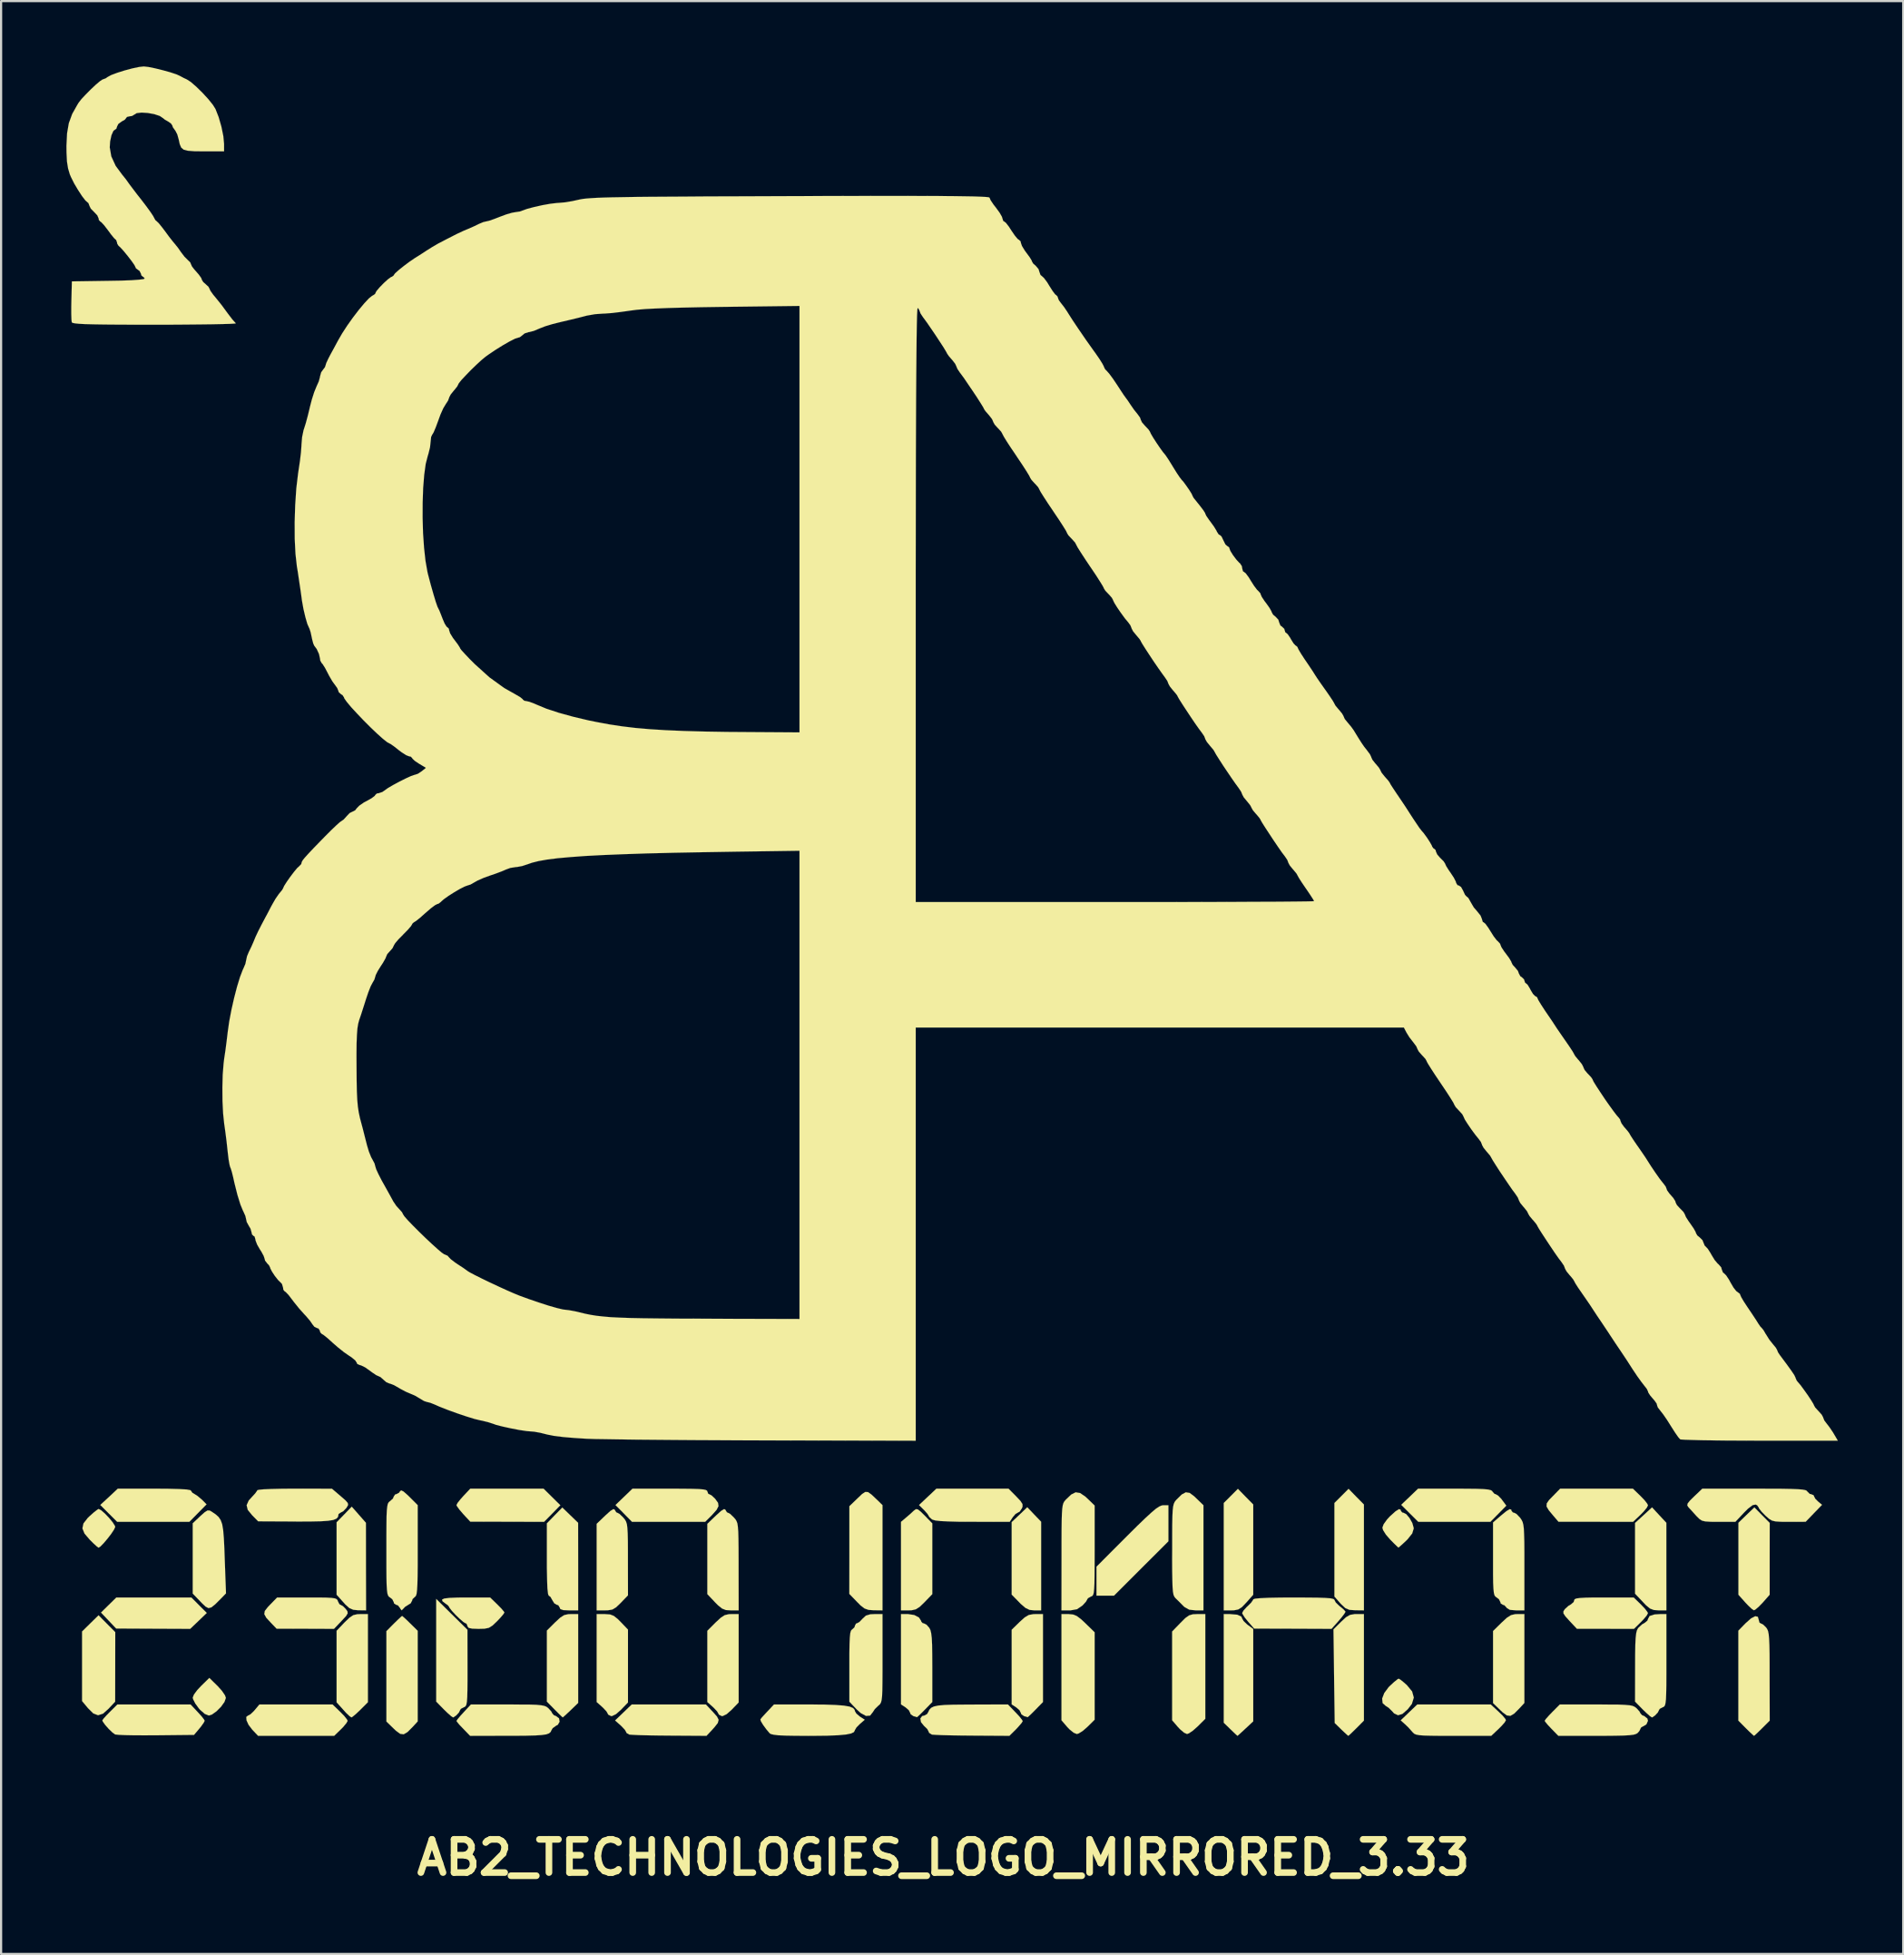
<source format=kicad_pcb>
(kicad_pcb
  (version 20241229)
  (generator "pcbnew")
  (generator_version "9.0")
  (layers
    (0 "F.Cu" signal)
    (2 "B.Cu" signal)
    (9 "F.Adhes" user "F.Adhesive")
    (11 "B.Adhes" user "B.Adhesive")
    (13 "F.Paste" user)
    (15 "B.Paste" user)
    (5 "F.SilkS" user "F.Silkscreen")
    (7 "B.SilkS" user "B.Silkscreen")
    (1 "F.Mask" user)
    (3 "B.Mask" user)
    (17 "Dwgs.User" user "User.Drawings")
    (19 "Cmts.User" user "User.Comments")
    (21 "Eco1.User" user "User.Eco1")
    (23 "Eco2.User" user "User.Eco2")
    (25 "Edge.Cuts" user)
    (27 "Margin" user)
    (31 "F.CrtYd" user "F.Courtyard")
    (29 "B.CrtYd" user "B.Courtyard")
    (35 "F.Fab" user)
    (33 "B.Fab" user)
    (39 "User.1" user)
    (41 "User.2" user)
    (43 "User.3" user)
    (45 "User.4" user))
  (footprint "AB2_TECHNOLOGIES_LOGO_MIRRORED_3.33"
    (layer "F.Cu")
    (at 40.255 39.117)
    (property "Reference" "AB2_TECHNOLOGIES_LOGO_MIRRORED_3.33" (at 0 43.094 0) (layer "F.SilkS") (effects (font (size 1.524 1.524) (thickness 0.305))))
    (attr through_hole)
    (fp_poly (pts (xy -33.812 31.867) (xy -34.193 32.233) (xy -34.574 32.598) (xy -36.274 32.591) (xy -37.973 32.583) (xy -38.321 32.215) (xy -38.669 31.849) (xy -38.318 31.504) (xy -37.965 31.158) (xy -36.243 31.158) (xy -34.519 31.158) (xy -34.166 31.514) (xy -33.812 31.867)) (stroke (width 0.003) (type solid)) (fill yes) (layer "F.SilkS"))
    (fp_poly (pts (xy -38.014 32.748) (xy -38.016 34.346) (xy -38.019 35.941) (xy -38.316 36.258) (xy -38.575 36.49) (xy -38.804 36.563) (xy -39.025 36.477) (xy -39.263 36.241) (xy -39.538 35.911) (xy -39.538 34.313) (xy -39.538 32.718) (xy -39.159 32.344) (xy -38.781 31.974) (xy -38.397 32.362) (xy -38.014 32.748)) (stroke (width 0.003) (type solid)) (fill yes) (layer "F.SilkS"))
    (fp_poly (pts (xy -26.5 31.75) (xy -26.86 31.745) (xy -27.089 31.722) (xy -27.267 31.646) (xy -27.455 31.476) (xy -27.536 31.384) (xy -27.854 31.031) (xy -27.854 29.37) (xy -27.854 27.706) (xy -27.506 27.348) (xy -27.158 26.988) (xy -26.833 27.358) (xy -26.507 27.729) (xy -26.505 29.741) (xy -26.5 31.75)) (stroke (width 0.003) (type solid)) (fill yes) (layer "F.SilkS"))
    (fp_poly (pts (xy 4.488 31.75) (xy 4.166 31.75) (xy 3.955 31.727) (xy 3.769 31.638) (xy 3.556 31.455) (xy 3.49 31.387) (xy 3.134 31.024) (xy 3.134 29.362) (xy 3.134 27.699) (xy 3.493 27.358) (xy 3.851 27.015) (xy 4.168 27.348) (xy 4.488 27.681) (xy 4.488 29.715) (xy 4.488 31.75)) (stroke (width 0.003) (type solid)) (fill yes) (layer "F.SilkS"))
    (fp_poly (pts (xy 14.224 31.031) (xy 13.904 31.392) (xy 13.701 31.603) (xy 13.533 31.709) (xy 13.34 31.747) (xy 13.228 31.75) (xy 12.87 31.75) (xy 12.87 29.286) (xy 12.87 26.82) (xy 13.195 26.495) (xy 13.52 26.17) (xy 13.871 26.53) (xy 14.224 26.888) (xy 14.224 28.959) (xy 14.224 31.031)) (stroke (width 0.003) (type solid)) (fill yes) (layer "F.SilkS"))
    (fp_poly (pts (xy 19.304 31.75) (xy 18.903 31.745) (xy 18.636 31.725) (xy 18.451 31.646) (xy 18.268 31.473) (xy 18.224 31.427) (xy 17.95 31.115) (xy 17.95 28.969) (xy 17.95 26.82) (xy 18.275 26.495) (xy 18.6 26.17) (xy 18.951 26.53) (xy 19.304 26.888) (xy 19.304 29.319) (xy 19.304 31.75)) (stroke (width 0.003) (type solid)) (fill yes) (layer "F.SilkS"))
    (fp_poly (pts (xy 33.19 31.75) (xy 32.83 31.75) (xy 32.611 31.732) (xy 32.438 31.666) (xy 32.255 31.516) (xy 32.111 31.364) (xy 31.75 30.983) (xy 31.75 29.36) (xy 31.75 27.737) (xy 32.141 27.379) (xy 32.53 27.021) (xy 32.857 27.374) (xy 33.188 27.729) (xy 33.188 29.741) (xy 33.19 31.75)) (stroke (width 0.003) (type solid)) (fill yes) (layer "F.SilkS"))
    (fp_poly (pts (xy -17.582 26.924) (xy -17.955 27.305) (xy -18.329 27.686) (xy -20.023 27.681) (xy -21.717 27.678) (xy -22.035 27.335) (xy -22.21 27.132) (xy -22.324 26.975) (xy -22.352 26.916) (xy -22.299 26.815) (xy -22.159 26.64) (xy -22.035 26.5) (xy -21.717 26.162) (xy -20.036 26.162) (xy -18.354 26.162) (xy -17.968 26.543) (xy -17.582 26.924)) (stroke (width 0.003) (type solid)) (fill yes) (layer "F.SilkS"))
    (fp_poly (pts (xy 37.932 27.734) (xy 37.93 29.383) (xy 37.93 31.031) (xy 37.612 31.392) (xy 37.424 31.585) (xy 37.272 31.714) (xy 37.208 31.745) (xy 37.112 31.684) (xy 36.947 31.529) (xy 36.81 31.384) (xy 36.495 31.031) (xy 36.495 29.38) (xy 36.495 27.729) (xy 36.86 27.374) (xy 37.229 27.021) (xy 37.579 27.379) (xy 37.932 27.734)) (stroke (width 0.003) (type solid)) (fill yes) (layer "F.SilkS"))
    (fp_poly (pts (xy 10.33 28.578) (xy 9.081 29.825) (xy 7.831 31.074) (xy 7.429 31.074) (xy 7.028 31.074) (xy 7.028 30.409) (xy 7.028 29.743) (xy 8.435 28.334) (xy 8.9 27.871) (xy 9.263 27.521) (xy 9.543 27.264) (xy 9.749 27.089) (xy 9.903 26.985) (xy 10.02 26.934) (xy 10.086 26.924) (xy 10.33 26.924) (xy 10.33 27.752) (xy 10.33 28.578)) (stroke (width 0.003) (type solid)) (fill yes) (layer "F.SilkS"))
    (fp_poly (pts (xy 26.67 35.999) (xy 26.439 36.251) (xy 26.203 36.487) (xy 26.027 36.591) (xy 25.865 36.571) (xy 25.672 36.429) (xy 25.573 36.335) (xy 25.232 36.005) (xy 25.232 34.351) (xy 25.232 32.697) (xy 25.626 32.309) (xy 25.867 32.088) (xy 26.055 31.968) (xy 26.243 31.923) (xy 26.345 31.92) (xy 26.67 31.92) (xy 26.67 33.96) (xy 26.67 35.999)) (stroke (width 0.003) (type solid)) (fill yes) (layer "F.SilkS"))
    (fp_poly (pts (xy -26.416 35.964) (xy -26.764 36.312) (xy -26.962 36.5) (xy -27.114 36.627) (xy -27.173 36.662) (xy -27.259 36.604) (xy -27.417 36.454) (xy -27.544 36.314) (xy -27.854 35.969) (xy -27.854 34.328) (xy -27.854 32.685) (xy -27.488 32.301) (xy -27.264 32.085) (xy -27.089 31.968) (xy -26.906 31.925) (xy -26.769 31.92) (xy -26.416 31.92) (xy -26.416 33.942) (xy -26.416 35.964)) (stroke (width 0.003) (type solid)) (fill yes) (layer "F.SilkS"))
    (fp_poly (pts (xy -16.764 35.997) (xy -17.109 36.33) (xy -17.3 36.51) (xy -17.432 36.629) (xy -17.473 36.662) (xy -17.536 36.606) (xy -17.683 36.462) (xy -17.846 36.299) (xy -18.202 35.936) (xy -18.202 34.305) (xy -18.202 32.677) (xy -17.823 32.299) (xy -17.59 32.083) (xy -17.407 31.966) (xy -17.219 31.923) (xy -17.104 31.92) (xy -16.764 31.92) (xy -16.764 33.957) (xy -16.764 35.997)) (stroke (width 0.003) (type solid)) (fill yes) (layer "F.SilkS"))
    (fp_poly (pts (xy -2.794 31.75) (xy -3.195 31.745) (xy -3.437 31.727) (xy -3.617 31.664) (xy -3.8 31.524) (xy -3.957 31.366) (xy -4.318 30.993) (xy -4.315 28.979) (xy -4.315 26.967) (xy -3.932 26.599) (xy -3.731 26.408) (xy -3.589 26.314) (xy -3.462 26.319) (xy -3.302 26.431) (xy -3.068 26.652) (xy -3.03 26.688) (xy -2.794 26.919) (xy -2.794 29.334) (xy -2.794 31.75)) (stroke (width 0.003) (type solid)) (fill yes) (layer "F.SilkS"))
    (fp_poly (pts (xy -0.508 31.003) (xy -0.866 31.374) (xy -1.09 31.59) (xy -1.267 31.702) (xy -1.458 31.745) (xy -1.587 31.75) (xy -1.946 31.75) (xy -1.946 29.718) (xy -1.946 27.686) (xy -1.72 27.495) (xy -1.519 27.323) (xy -1.354 27.17) (xy -1.262 27.104) (xy -1.173 27.114) (xy -1.041 27.216) (xy -0.859 27.396) (xy -0.508 27.757) (xy -0.508 29.38) (xy -0.508 31.003)) (stroke (width 0.003) (type solid)) (fill yes) (layer "F.SilkS"))
    (fp_poly (pts (xy 6.944 36.767) (xy 6.614 37.094) (xy 6.401 37.28) (xy 6.21 37.399) (xy 6.124 37.424) (xy 5.977 37.363) (xy 5.786 37.208) (xy 5.69 37.107) (xy 5.42 36.792) (xy 5.42 34.356) (xy 5.42 31.92) (xy 5.753 31.92) (xy 5.951 31.938) (xy 6.126 32.009) (xy 6.327 32.161) (xy 6.515 32.337) (xy 6.944 32.756) (xy 6.944 34.76) (xy 6.944 36.767)) (stroke (width 0.003) (type solid)) (fill yes) (layer "F.SilkS"))
    (fp_poly (pts (xy 12.024 36.726) (xy 11.674 37.074) (xy 11.46 37.264) (xy 11.275 37.391) (xy 11.184 37.424) (xy 11.049 37.363) (xy 10.866 37.208) (xy 10.77 37.107) (xy 10.5 36.792) (xy 10.5 34.757) (xy 10.5 32.72) (xy 10.884 32.322) (xy 11.107 32.101) (xy 11.278 31.979) (xy 11.453 31.928) (xy 11.646 31.92) (xy 12.024 31.92) (xy 12.024 34.323) (xy 12.024 36.726)) (stroke (width 0.003) (type solid)) (fill yes) (layer "F.SilkS"))
    (fp_poly (pts (xy 19.304 36.81) (xy 18.956 37.16) (xy 18.766 37.346) (xy 18.631 37.473) (xy 18.588 37.508) (xy 18.522 37.455) (xy 18.374 37.318) (xy 18.265 37.214) (xy 17.963 36.919) (xy 17.935 34.77) (xy 17.907 32.621) (xy 18.258 32.271) (xy 18.484 32.062) (xy 18.669 31.956) (xy 18.875 31.92) (xy 18.956 31.92) (xy 19.304 31.92) (xy 19.304 34.366) (xy 19.304 36.81)) (stroke (width 0.003) (type solid)) (fill yes) (layer "F.SilkS"))
    (fp_poly (pts (xy -32.936 35.768) (xy -33.002 35.954) (xy -33.162 36.177) (xy -33.373 36.386) (xy -33.581 36.533) (xy -33.718 36.576) (xy -33.904 36.502) (xy -34.125 36.309) (xy -34.183 36.241) (xy -34.343 36.02) (xy -34.442 35.824) (xy -34.458 35.753) (xy -34.402 35.613) (xy -34.252 35.41) (xy -34.077 35.222) (xy -33.696 34.849) (xy -33.315 35.222) (xy -33.114 35.446) (xy -32.977 35.649) (xy -32.936 35.768)) (stroke (width 0.003) (type solid)) (fill yes) (layer "F.SilkS"))
    (fp_poly (pts (xy -24.13 36.845) (xy -24.361 37.097) (xy -24.597 37.333) (xy -24.773 37.437) (xy -24.935 37.417) (xy -25.128 37.275) (xy -25.227 37.181) (xy -25.568 36.85) (xy -25.568 34.775) (xy -25.568 32.703) (xy -25.22 32.352) (xy -25.029 32.167) (xy -24.892 32.04) (xy -24.846 32.004) (xy -24.778 32.06) (xy -24.625 32.2) (xy -24.475 32.347) (xy -24.13 32.687) (xy -24.13 34.768) (xy -24.13 36.845)) (stroke (width 0.003) (type solid)) (fill yes) (layer "F.SilkS"))
    (fp_poly (pts (xy 32.344 26.932) (xy 32.286 27.043) (xy 32.139 27.221) (xy 32.001 27.361) (xy 31.659 27.686) (xy 29.947 27.683) (xy 28.237 27.683) (xy 27.998 27.404) (xy 27.79 27.153) (xy 27.689 26.982) (xy 27.696 26.84) (xy 27.805 26.683) (xy 27.96 26.523) (xy 28.313 26.162) (xy 29.982 26.162) (xy 31.651 26.162) (xy 31.996 26.495) (xy 32.187 26.693) (xy 32.314 26.858) (xy 32.344 26.932)) (stroke (width 0.003) (type solid)) (fill yes) (layer "F.SilkS"))
    (fp_poly (pts (xy -33.823 26.883) (xy -34.219 27.285) (xy -34.613 27.686) (xy -36.269 27.686) (xy -37.925 27.686) (xy -38.313 27.3) (xy -38.702 26.911) (xy -38.298 26.538) (xy -37.897 26.162) (xy -36.22 26.162) (xy -35.573 26.167) (xy -35.077 26.18) (xy -34.742 26.2) (xy -34.567 26.231) (xy -34.544 26.251) (xy -34.475 26.35) (xy -34.394 26.398) (xy -34.234 26.5) (xy -34.046 26.66) (xy -34.033 26.67) (xy -33.823 26.883)) (stroke (width 0.003) (type solid)) (fill yes) (layer "F.SilkS"))
    (fp_poly (pts (xy -14.478 35.977) (xy -14.796 36.307) (xy -15.029 36.513) (xy -15.212 36.601) (xy -15.26 36.599) (xy -15.387 36.533) (xy -15.408 36.487) (xy -15.466 36.386) (xy -15.611 36.231) (xy -15.662 36.182) (xy -15.916 35.956) (xy -15.916 33.937) (xy -15.916 31.92) (xy -15.54 31.92) (xy -15.303 31.935) (xy -15.126 32.004) (xy -14.938 32.156) (xy -14.818 32.276) (xy -14.478 32.631) (xy -14.478 34.303) (xy -14.478 35.977)) (stroke (width 0.003) (type solid)) (fill yes) (layer "F.SilkS"))
    (fp_poly (pts (xy -9.398 35.977) (xy -9.716 36.307) (xy -9.949 36.513) (xy -10.132 36.601) (xy -10.18 36.599) (xy -10.307 36.533) (xy -10.328 36.487) (xy -10.386 36.386) (xy -10.531 36.231) (xy -10.582 36.182) (xy -10.836 35.956) (xy -10.836 34.32) (xy -10.836 32.687) (xy -10.455 32.304) (xy -10.218 32.085) (xy -10.036 31.968) (xy -9.848 31.923) (xy -9.733 31.92) (xy -9.398 31.92) (xy -9.398 33.947) (xy -9.398 35.977)) (stroke (width 0.003) (type solid)) (fill yes) (layer "F.SilkS"))
    (fp_poly (pts (xy 14.224 36.843) (xy 13.868 37.175) (xy 13.675 37.353) (xy 13.541 37.475) (xy 13.5 37.508) (xy 13.439 37.455) (xy 13.294 37.318) (xy 13.18 37.208) (xy 12.87 36.906) (xy 12.87 34.414) (xy 12.87 31.92) (xy 13.16 31.92) (xy 13.49 31.948) (xy 13.678 32.034) (xy 13.716 32.123) (xy 13.78 32.238) (xy 13.934 32.385) (xy 13.97 32.415) (xy 14.224 32.601) (xy 14.224 34.722) (xy 14.224 36.843)) (stroke (width 0.003) (type solid)) (fill yes) (layer "F.SilkS"))
    (fp_poly (pts (xy 4.572 35.956) (xy 4.227 36.309) (xy 4.041 36.495) (xy 3.909 36.619) (xy 3.868 36.652) (xy 3.785 36.624) (xy 3.706 36.604) (xy 3.579 36.518) (xy 3.556 36.454) (xy 3.493 36.33) (xy 3.345 36.203) (xy 3.134 36.065) (xy 3.134 34.351) (xy 3.134 32.639) (xy 3.5 32.281) (xy 3.734 32.07) (xy 3.919 31.961) (xy 4.12 31.923) (xy 4.219 31.92) (xy 4.572 31.92) (xy 4.572 33.939) (xy 4.572 35.956)) (stroke (width 0.003) (type solid)) (fill yes) (layer "F.SilkS"))
    (fp_poly (pts (xy 21.595 35.751) (xy 21.506 36.043) (xy 21.318 36.286) (xy 21.072 36.502) (xy 20.871 36.563) (xy 20.688 36.477) (xy 20.602 36.38) (xy 20.437 36.218) (xy 20.3 36.129) (xy 20.163 36.005) (xy 20.142 35.796) (xy 20.239 35.542) (xy 20.439 35.273) (xy 20.498 35.215) (xy 20.693 35.034) (xy 20.843 34.915) (xy 20.899 34.884) (xy 20.988 34.935) (xy 21.156 35.072) (xy 21.273 35.176) (xy 21.516 35.469) (xy 21.595 35.751)) (stroke (width 0.003) (type solid)) (fill yes) (layer "F.SilkS"))
    (fp_poly (pts (xy -27.346 36.82) (xy -27.404 36.924) (xy -27.546 37.097) (xy -27.656 37.208) (xy -27.965 37.508) (xy -29.713 37.508) (xy -31.458 37.508) (xy -31.73 37.219) (xy -31.895 37.003) (xy -31.989 36.797) (xy -32.001 36.642) (xy -31.92 36.576) (xy -31.913 36.576) (xy -31.806 36.518) (xy -31.651 36.37) (xy -31.61 36.322) (xy -31.397 36.068) (xy -29.718 36.068) (xy -28.039 36.068) (xy -27.694 36.401) (xy -27.503 36.596) (xy -27.379 36.754) (xy -27.346 36.82)) (stroke (width 0.003) (type solid)) (fill yes) (layer "F.SilkS"))
    (fp_poly (pts (xy -16.764 31.75) (xy -17.186 31.75) (xy -17.452 31.737) (xy -17.584 31.689) (xy -17.61 31.623) (xy -17.678 31.511) (xy -17.739 31.496) (xy -17.861 31.425) (xy -17.948 31.285) (xy -18.037 31.128) (xy -18.115 31.074) (xy -18.148 30.991) (xy -18.176 30.742) (xy -18.191 30.338) (xy -18.202 29.782) (xy -18.202 29.416) (xy -18.202 27.757) (xy -17.849 27.391) (xy -17.493 27.028) (xy -17.13 27.379) (xy -16.767 27.729) (xy -16.764 29.741) (xy -16.764 31.75)) (stroke (width 0.003) (type solid)) (fill yes) (layer "F.SilkS"))
    (fp_poly (pts (xy 25.842 26.942) (xy 25.476 27.315) (xy 25.11 27.686) (xy 23.454 27.686) (xy 21.801 27.686) (xy 21.407 27.295) (xy 21.016 26.904) (xy 21.405 26.533) (xy 21.791 26.162) (xy 23.472 26.162) (xy 24.056 26.165) (xy 24.496 26.17) (xy 24.806 26.182) (xy 25.011 26.203) (xy 25.133 26.233) (xy 25.192 26.271) (xy 25.199 26.289) (xy 25.298 26.401) (xy 25.352 26.416) (xy 25.463 26.48) (xy 25.613 26.634) (xy 25.646 26.68) (xy 25.842 26.942)) (stroke (width 0.003) (type solid)) (fill yes) (layer "F.SilkS"))
    (fp_poly (pts (xy -38.016 27.92) (xy -38.07 28.039) (xy -38.197 28.232) (xy -38.369 28.456) (xy -38.547 28.666) (xy -38.697 28.819) (xy -38.781 28.872) (xy -38.859 28.816) (xy -39.017 28.672) (xy -39.182 28.509) (xy -39.426 28.222) (xy -39.522 27.986) (xy -39.474 27.76) (xy -39.281 27.511) (xy -39.19 27.422) (xy -38.989 27.244) (xy -38.834 27.125) (xy -38.776 27.094) (xy -38.661 27.155) (xy -38.486 27.308) (xy -38.296 27.508) (xy -38.13 27.711) (xy -38.029 27.871) (xy -38.016 27.92)) (stroke (width 0.003) (type solid)) (fill yes) (layer "F.SilkS"))
    (fp_poly (pts (xy -21.844 34.978) (xy -21.849 35.418) (xy -21.857 35.733) (xy -21.872 35.944) (xy -21.897 36.076) (xy -21.933 36.147) (xy -21.981 36.185) (xy -22.012 36.195) (xy -22.149 36.269) (xy -22.182 36.322) (xy -22.24 36.439) (xy -22.365 36.573) (xy -22.489 36.657) (xy -22.509 36.662) (xy -22.596 36.604) (xy -22.761 36.459) (xy -22.926 36.299) (xy -23.282 35.936) (xy -23.282 33.579) (xy -23.282 31.222) (xy -22.565 31.93) (xy -21.847 32.639) (xy -21.844 34.392) (xy -21.844 34.978)) (stroke (width 0.003) (type solid)) (fill yes) (layer "F.SilkS"))
    (fp_poly (pts (xy -32.931 30.968) (xy -33.167 31.212) (xy -33.424 31.468) (xy -33.599 31.61) (xy -33.734 31.646) (xy -33.868 31.577) (xy -34.041 31.412) (xy -34.099 31.351) (xy -34.458 30.978) (xy -34.458 29.365) (xy -34.458 27.752) (xy -34.112 27.424) (xy -33.909 27.244) (xy -33.779 27.163) (xy -33.675 27.168) (xy -33.579 27.224) (xy -33.404 27.343) (xy -33.271 27.462) (xy -33.175 27.605) (xy -33.106 27.795) (xy -33.061 28.059) (xy -33.03 28.425) (xy -33.005 28.915) (xy -32.99 29.355) (xy -32.931 30.968)) (stroke (width 0.003) (type solid)) (fill yes) (layer "F.SilkS"))
    (fp_poly (pts (xy -10.317 36.774) (xy -10.356 36.921) (xy -10.511 37.117) (xy -10.617 37.234) (xy -10.874 37.508) (xy -12.57 37.498) (xy -13.096 37.493) (xy -13.571 37.485) (xy -13.967 37.475) (xy -14.254 37.462) (xy -14.404 37.452) (xy -14.415 37.45) (xy -14.539 37.381) (xy -14.562 37.333) (xy -14.62 37.231) (xy -14.765 37.076) (xy -14.816 37.028) (xy -15.07 36.802) (xy -14.689 36.436) (xy -14.305 36.068) (xy -12.603 36.068) (xy -10.902 36.068) (xy -10.574 36.416) (xy -10.391 36.624) (xy -10.317 36.774)) (stroke (width 0.003) (type solid)) (fill yes) (layer "F.SilkS"))
    (fp_poly (pts (xy 25.824 36.789) (xy 25.766 36.891) (xy 25.618 37.059) (xy 25.486 37.191) (xy 25.149 37.508) (xy 23.411 37.508) (xy 22.827 37.508) (xy 22.388 37.503) (xy 22.07 37.495) (xy 21.852 37.478) (xy 21.709 37.452) (xy 21.618 37.414) (xy 21.557 37.361) (xy 21.526 37.325) (xy 21.349 37.127) (xy 21.186 36.97) (xy 20.993 36.797) (xy 21.374 36.431) (xy 21.753 36.068) (xy 23.439 36.068) (xy 25.126 36.068) (xy 25.474 36.388) (xy 25.667 36.576) (xy 25.794 36.728) (xy 25.824 36.789)) (stroke (width 0.003) (type solid)) (fill yes) (layer "F.SilkS"))
    (fp_poly (pts (xy -10.323 26.965) (xy -10.411 27.137) (xy -10.62 27.371) (xy -10.673 27.424) (xy -10.935 27.686) (xy -12.614 27.686) (xy -14.293 27.686) (xy -14.671 27.3) (xy -15.052 26.914) (xy -14.661 26.538) (xy -14.27 26.162) (xy -12.553 26.162) (xy -11.963 26.165) (xy -11.524 26.17) (xy -11.214 26.18) (xy -11.008 26.2) (xy -10.894 26.226) (xy -10.843 26.264) (xy -10.836 26.289) (xy -10.79 26.403) (xy -10.749 26.416) (xy -10.638 26.474) (xy -10.485 26.619) (xy -10.46 26.65) (xy -10.343 26.815) (xy -10.323 26.965)) (stroke (width 0.003) (type solid)) (fill yes) (layer "F.SilkS"))
    (fp_poly (pts (xy -33.909 36.817) (xy -33.96 36.916) (xy -34.084 37.089) (xy -34.153 37.173) (xy -34.399 37.465) (xy -36.144 37.483) (xy -36.678 37.485) (xy -37.158 37.483) (xy -37.559 37.475) (xy -37.854 37.462) (xy -38.011 37.445) (xy -38.026 37.44) (xy -38.151 37.348) (xy -38.316 37.188) (xy -38.478 37.005) (xy -38.585 36.855) (xy -38.608 36.8) (xy -38.552 36.718) (xy -38.41 36.561) (xy -38.263 36.411) (xy -37.917 36.068) (xy -36.238 36.068) (xy -34.557 36.068) (xy -34.234 36.411) (xy -34.054 36.609) (xy -33.937 36.761) (xy -33.909 36.817)) (stroke (width 0.003) (type solid)) (fill yes) (layer "F.SilkS"))
    (fp_poly (pts (xy 21.59 27.993) (xy 21.521 28.219) (xy 21.308 28.486) (xy 21.247 28.547) (xy 21.059 28.722) (xy 20.927 28.839) (xy 20.889 28.867) (xy 20.825 28.811) (xy 20.676 28.666) (xy 20.511 28.499) (xy 20.315 28.273) (xy 20.185 28.067) (xy 20.152 27.953) (xy 20.211 27.793) (xy 20.366 27.577) (xy 20.5 27.432) (xy 20.757 27.201) (xy 20.917 27.102) (xy 20.991 27.13) (xy 20.998 27.178) (xy 21.064 27.257) (xy 21.11 27.264) (xy 21.25 27.335) (xy 21.399 27.513) (xy 21.526 27.739) (xy 21.587 27.958) (xy 21.59 27.993)) (stroke (width 0.003) (type solid)) (fill yes) (layer "F.SilkS"))
    (fp_poly (pts (xy 32.342 31.882) (xy 32.286 31.986) (xy 32.141 32.159) (xy 32.022 32.283) (xy 31.702 32.598) (xy 30.391 32.596) (xy 29.083 32.596) (xy 28.738 32.228) (xy 28.55 32.019) (xy 28.463 31.887) (xy 28.463 31.791) (xy 28.527 31.694) (xy 28.692 31.542) (xy 28.809 31.473) (xy 28.933 31.366) (xy 28.956 31.288) (xy 28.976 31.239) (xy 29.055 31.204) (xy 29.213 31.181) (xy 29.474 31.166) (xy 29.86 31.158) (xy 30.323 31.158) (xy 31.689 31.158) (xy 32.017 31.476) (xy 32.2 31.669) (xy 32.319 31.824) (xy 32.342 31.882)) (stroke (width 0.003) (type solid)) (fill yes) (layer "F.SilkS"))
    (fp_poly (pts (xy -27.346 31.887) (xy -27.419 32.009) (xy -27.595 32.2) (xy -27.628 32.235) (xy -27.973 32.598) (xy -29.289 32.593) (xy -30.607 32.591) (xy -30.869 32.319) (xy -31.082 32.088) (xy -31.173 31.923) (xy -31.151 31.778) (xy -31.013 31.6) (xy -30.917 31.499) (xy -30.584 31.158) (xy -29.213 31.158) (xy -28.699 31.158) (xy -28.334 31.163) (xy -28.085 31.176) (xy -27.932 31.199) (xy -27.849 31.234) (xy -27.808 31.288) (xy -27.795 31.328) (xy -27.724 31.466) (xy -27.668 31.496) (xy -27.559 31.557) (xy -27.435 31.684) (xy -27.356 31.793) (xy -27.346 31.887)) (stroke (width 0.003) (type solid)) (fill yes) (layer "F.SilkS"))
    (fp_poly (pts (xy -14.478 31.059) (xy -14.811 31.405) (xy -15.022 31.608) (xy -15.197 31.712) (xy -15.405 31.747) (xy -15.53 31.75) (xy -15.916 31.75) (xy -15.916 29.764) (xy -15.916 27.777) (xy -15.514 27.391) (xy -15.283 27.183) (xy -15.143 27.099) (xy -15.085 27.13) (xy -15.085 27.135) (xy -15.016 27.249) (xy -14.976 27.264) (xy -14.869 27.32) (xy -14.717 27.465) (xy -14.689 27.495) (xy -14.618 27.582) (xy -14.567 27.671) (xy -14.529 27.788) (xy -14.506 27.96) (xy -14.491 28.214) (xy -14.483 28.572) (xy -14.481 29.06) (xy -14.481 29.393) (xy -14.478 31.059)) (stroke (width 0.003) (type solid)) (fill yes) (layer "F.SilkS"))
    (fp_poly (pts (xy 3.635 26.985) (xy 3.604 27.066) (xy 3.503 27.216) (xy 3.419 27.262) (xy 3.307 27.328) (xy 3.183 27.475) (xy 3.045 27.686) (xy 1.331 27.683) (xy 0.701 27.681) (xy 0.221 27.668) (xy -0.127 27.65) (xy -0.361 27.625) (xy -0.495 27.587) (xy -0.528 27.569) (xy -0.648 27.46) (xy -0.676 27.407) (xy -0.732 27.318) (xy -0.864 27.168) (xy -0.897 27.135) (xy -1.118 26.914) (xy -0.719 26.538) (xy -0.32 26.162) (xy 1.333 26.162) (xy 2.99 26.162) (xy 3.343 26.518) (xy 3.538 26.726) (xy 3.63 26.868) (xy 3.635 26.985)) (stroke (width 0.003) (type solid)) (fill yes) (layer "F.SilkS"))
    (fp_poly (pts (xy -9.398 31.75) (xy -9.761 31.75) (xy -9.985 31.735) (xy -10.16 31.666) (xy -10.345 31.516) (xy -10.483 31.377) (xy -10.836 31.003) (xy -10.836 29.39) (xy -10.836 27.777) (xy -10.434 27.391) (xy -10.203 27.183) (xy -10.063 27.099) (xy -10.005 27.13) (xy -10.005 27.135) (xy -9.936 27.249) (xy -9.896 27.264) (xy -9.789 27.32) (xy -9.637 27.465) (xy -9.609 27.495) (xy -9.543 27.572) (xy -9.495 27.653) (xy -9.456 27.76) (xy -9.434 27.912) (xy -9.416 28.138) (xy -9.408 28.456) (xy -9.403 28.887) (xy -9.401 29.456) (xy -9.401 29.741) (xy -9.398 31.75)) (stroke (width 0.003) (type solid)) (fill yes) (layer "F.SilkS"))
    (fp_poly (pts (xy 37.932 36.81) (xy 37.582 37.16) (xy 37.391 37.346) (xy 37.257 37.473) (xy 37.211 37.508) (xy 37.145 37.452) (xy 36.995 37.313) (xy 36.84 37.16) (xy 36.492 36.81) (xy 36.492 34.747) (xy 36.492 32.682) (xy 36.82 32.344) (xy 37.076 32.116) (xy 37.269 32.017) (xy 37.389 32.045) (xy 37.424 32.174) (xy 37.462 32.311) (xy 37.516 32.344) (xy 37.633 32.403) (xy 37.767 32.535) (xy 37.816 32.606) (xy 37.856 32.7) (xy 37.884 32.84) (xy 37.904 33.048) (xy 37.917 33.343) (xy 37.925 33.746) (xy 37.927 34.282) (xy 37.927 34.768) (xy 37.932 36.81)) (stroke (width 0.003) (type solid)) (fill yes) (layer "F.SilkS"))
    (fp_poly (pts (xy -0.508 35.956) (xy -0.853 36.309) (xy -1.039 36.495) (xy -1.171 36.619) (xy -1.212 36.652) (xy -1.295 36.624) (xy -1.374 36.604) (xy -1.501 36.518) (xy -1.524 36.454) (xy -1.587 36.33) (xy -1.735 36.203) (xy -1.946 36.065) (xy -1.946 33.993) (xy -1.946 31.92) (xy -1.615 31.92) (xy -1.336 31.963) (xy -1.12 32.078) (xy -1.019 32.235) (xy -1.016 32.266) (xy -0.947 32.337) (xy -0.899 32.344) (xy -0.772 32.408) (xy -0.645 32.553) (xy -0.594 32.654) (xy -0.559 32.802) (xy -0.533 33.02) (xy -0.518 33.332) (xy -0.511 33.767) (xy -0.508 34.343) (xy -0.508 34.359) (xy -0.508 35.956)) (stroke (width 0.003) (type solid)) (fill yes) (layer "F.SilkS"))
    (fp_poly (pts (xy -20.15 31.849) (xy -20.206 31.935) (xy -20.348 32.101) (xy -20.493 32.253) (xy -20.698 32.446) (xy -20.864 32.55) (xy -21.064 32.591) (xy -21.339 32.598) (xy -21.633 32.588) (xy -21.791 32.553) (xy -21.844 32.484) (xy -21.844 32.471) (xy -21.892 32.357) (xy -21.933 32.344) (xy -22.029 32.286) (xy -22.195 32.144) (xy -22.385 31.961) (xy -22.558 31.775) (xy -22.669 31.633) (xy -22.69 31.587) (xy -22.753 31.509) (xy -22.86 31.433) (xy -22.992 31.331) (xy -23.015 31.257) (xy -22.916 31.206) (xy -22.68 31.176) (xy -22.296 31.161) (xy -21.918 31.158) (xy -20.805 31.158) (xy -20.477 31.476) (xy -20.295 31.661) (xy -20.175 31.803) (xy -20.15 31.849)) (stroke (width 0.003) (type solid)) (fill yes) (layer "F.SilkS"))
    (fp_poly (pts (xy 11.938 31.75) (xy 11.577 31.75) (xy 11.283 31.717) (xy 11.064 31.593) (xy 11.006 31.537) (xy 10.815 31.344) (xy 10.648 31.181) (xy 10.648 31.178) (xy 10.602 31.12) (xy 10.564 31.031) (xy 10.538 30.889) (xy 10.521 30.676) (xy 10.511 30.371) (xy 10.503 29.949) (xy 10.5 29.395) (xy 10.503 28.959) (xy 10.503 28.313) (xy 10.505 27.816) (xy 10.513 27.442) (xy 10.526 27.173) (xy 10.546 26.988) (xy 10.577 26.86) (xy 10.617 26.772) (xy 10.671 26.7) (xy 10.698 26.67) (xy 10.94 26.431) (xy 11.128 26.33) (xy 11.306 26.358) (xy 11.516 26.515) (xy 11.593 26.589) (xy 11.938 26.924) (xy 11.938 29.337) (xy 11.938 31.75)) (stroke (width 0.003) (type solid)) (fill yes) (layer "F.SilkS"))
    (fp_poly (pts (xy -27.325 26.911) (xy -27.384 27.015) (xy -27.412 27.056) (xy -27.551 27.201) (xy -27.663 27.259) (xy -27.762 27.323) (xy -27.77 27.358) (xy -27.79 27.462) (xy -27.864 27.541) (xy -28.009 27.6) (xy -28.245 27.638) (xy -28.59 27.661) (xy -29.065 27.671) (xy -29.688 27.673) (xy -29.759 27.671) (xy -31.453 27.663) (xy -31.727 27.386) (xy -31.933 27.135) (xy -31.984 26.921) (xy -31.887 26.706) (xy -31.747 26.551) (xy -31.59 26.38) (xy -31.501 26.256) (xy -31.496 26.233) (xy -31.415 26.213) (xy -31.191 26.192) (xy -30.846 26.177) (xy -30.409 26.167) (xy -29.903 26.162) (xy -29.782 26.162) (xy -28.067 26.165) (xy -27.666 26.507) (xy -27.447 26.698) (xy -27.341 26.82) (xy -27.325 26.911)) (stroke (width 0.003) (type solid)) (fill yes) (layer "F.SilkS"))
    (fp_poly (pts (xy 18.458 31.816) (xy 18.405 31.907) (xy 18.27 32.083) (xy 18.138 32.238) (xy 17.818 32.598) (xy 16.043 32.591) (xy 14.267 32.586) (xy 13.993 32.273) (xy 13.833 32.075) (xy 13.734 31.918) (xy 13.716 31.869) (xy 13.774 31.76) (xy 13.919 31.6) (xy 13.97 31.552) (xy 14.133 31.389) (xy 14.219 31.262) (xy 14.224 31.242) (xy 14.308 31.212) (xy 14.549 31.189) (xy 14.94 31.171) (xy 15.474 31.161) (xy 16.088 31.158) (xy 16.718 31.161) (xy 17.196 31.166) (xy 17.541 31.178) (xy 17.77 31.196) (xy 17.899 31.224) (xy 17.948 31.26) (xy 17.95 31.27) (xy 18.014 31.389) (xy 18.169 31.539) (xy 18.204 31.567) (xy 18.369 31.704) (xy 18.456 31.803) (xy 18.458 31.816)) (stroke (width 0.003) (type solid)) (fill yes) (layer "F.SilkS"))
    (fp_poly (pts (xy 3.642 36.833) (xy 3.586 36.924) (xy 3.444 37.089) (xy 3.338 37.203) (xy 3.03 37.508) (xy 1.326 37.498) (xy 0.798 37.493) (xy 0.32 37.485) (xy -0.076 37.475) (xy -0.366 37.462) (xy -0.518 37.452) (xy -0.528 37.45) (xy -0.655 37.371) (xy -0.676 37.315) (xy -0.737 37.198) (xy -0.884 37.054) (xy -0.894 37.046) (xy -1.029 36.876) (xy -1.057 36.711) (xy -0.975 36.599) (xy -0.876 36.576) (xy -0.749 36.507) (xy -0.701 36.429) (xy -0.645 36.312) (xy -0.566 36.225) (xy -0.439 36.162) (xy -0.244 36.119) (xy 0.046 36.091) (xy 0.45 36.078) (xy 0.991 36.073) (xy 1.293 36.071) (xy 2.964 36.068) (xy 3.302 36.419) (xy 3.487 36.617) (xy 3.609 36.772) (xy 3.642 36.833)) (stroke (width 0.003) (type solid)) (fill yes) (layer "F.SilkS"))
    (fp_poly (pts (xy -17.617 36.86) (xy -17.701 37.003) (xy -17.775 37.041) (xy -17.935 37.155) (xy -17.991 37.249) (xy -18.029 37.33) (xy -18.103 37.394) (xy -18.23 37.44) (xy -18.433 37.47) (xy -18.73 37.49) (xy -19.144 37.501) (xy -19.695 37.506) (xy -20.069 37.506) (xy -21.725 37.508) (xy -22.037 37.186) (xy -22.215 37) (xy -22.327 36.863) (xy -22.352 36.822) (xy -22.299 36.744) (xy -22.162 36.581) (xy -22.019 36.424) (xy -21.687 36.068) (xy -20.003 36.068) (xy -19.426 36.071) (xy -18.994 36.073) (xy -18.682 36.083) (xy -18.466 36.104) (xy -18.321 36.132) (xy -18.222 36.172) (xy -18.148 36.228) (xy -18.133 36.241) (xy -18.001 36.386) (xy -17.948 36.485) (xy -17.879 36.561) (xy -17.78 36.601) (xy -17.643 36.703) (xy -17.617 36.86)) (stroke (width 0.003) (type solid)) (fill yes) (layer "F.SilkS"))
    (fp_poly (pts (xy -2.794 34.582) (xy -2.797 35.07) (xy -2.802 35.433) (xy -2.814 35.69) (xy -2.835 35.865) (xy -2.865 35.977) (xy -2.906 36.05) (xy -2.962 36.104) (xy -2.99 36.126) (xy -3.15 36.284) (xy -3.236 36.416) (xy -3.363 36.579) (xy -3.553 36.594) (xy -3.795 36.462) (xy -3.98 36.294) (xy -4.315 35.941) (xy -4.315 34.308) (xy -4.315 33.731) (xy -4.308 33.302) (xy -4.295 33) (xy -4.275 32.802) (xy -4.244 32.687) (xy -4.204 32.634) (xy -4.191 32.629) (xy -4.079 32.522) (xy -4.064 32.461) (xy -4.011 32.355) (xy -3.97 32.344) (xy -3.856 32.283) (xy -3.713 32.136) (xy -3.711 32.131) (xy -3.556 31.989) (xy -3.353 31.928) (xy -3.167 31.92) (xy -2.794 31.92) (xy -2.794 33.945) (xy -2.794 34.582)) (stroke (width 0.003) (type solid)) (fill yes) (layer "F.SilkS"))
    (fp_poly (pts (xy 6.944 28.999) (xy 6.942 29.642) (xy 6.939 30.137) (xy 6.934 30.503) (xy 6.921 30.759) (xy 6.904 30.93) (xy 6.876 31.031) (xy 6.838 31.085) (xy 6.787 31.11) (xy 6.774 31.115) (xy 6.637 31.191) (xy 6.604 31.245) (xy 6.548 31.346) (xy 6.408 31.501) (xy 6.373 31.534) (xy 6.132 31.697) (xy 5.834 31.75) (xy 5.781 31.75) (xy 5.42 31.75) (xy 5.423 29.317) (xy 5.423 28.611) (xy 5.425 28.054) (xy 5.431 27.63) (xy 5.441 27.313) (xy 5.456 27.087) (xy 5.479 26.932) (xy 5.509 26.825) (xy 5.552 26.749) (xy 5.606 26.685) (xy 5.618 26.67) (xy 5.865 26.434) (xy 6.071 26.33) (xy 6.276 26.363) (xy 6.52 26.53) (xy 6.698 26.698) (xy 6.944 26.937) (xy 6.944 28.999)) (stroke (width 0.003) (type solid)) (fill yes) (layer "F.SilkS"))
    (fp_poly (pts (xy 33.19 34.684) (xy 33.188 35.184) (xy 33.18 35.557) (xy 33.17 35.822) (xy 33.15 35.997) (xy 33.124 36.104) (xy 33.089 36.159) (xy 33.04 36.19) (xy 33.02 36.195) (xy 32.883 36.269) (xy 32.852 36.322) (xy 32.794 36.439) (xy 32.667 36.573) (xy 32.545 36.657) (xy 32.525 36.662) (xy 32.436 36.604) (xy 32.273 36.459) (xy 32.106 36.299) (xy 31.75 35.936) (xy 31.753 34.331) (xy 31.755 33.757) (xy 31.763 33.33) (xy 31.778 33.023) (xy 31.801 32.812) (xy 31.834 32.672) (xy 31.88 32.581) (xy 31.902 32.55) (xy 32.068 32.395) (xy 32.194 32.322) (xy 32.319 32.217) (xy 32.344 32.144) (xy 32.418 32.007) (xy 32.647 31.935) (xy 32.901 31.92) (xy 33.19 31.92) (xy 33.19 34.031) (xy 33.19 34.684)) (stroke (width 0.003) (type solid)) (fill yes) (layer "F.SilkS"))
    (fp_poly (pts (xy -3.609 36.769) (xy -3.835 36.965) (xy -3.988 37.12) (xy -4.061 37.241) (xy -4.064 37.252) (xy -4.105 37.335) (xy -4.234 37.399) (xy -4.47 37.447) (xy -4.829 37.48) (xy -5.319 37.501) (xy -5.961 37.508) (xy -6.18 37.508) (xy -6.784 37.506) (xy -7.242 37.498) (xy -7.569 37.483) (xy -7.788 37.457) (xy -7.92 37.424) (xy -7.973 37.391) (xy -8.133 37.201) (xy -8.28 36.998) (xy -8.379 36.833) (xy -8.4 36.754) (xy -8.334 36.667) (xy -8.186 36.505) (xy -8.075 36.386) (xy -7.775 36.068) (xy -6.134 36.068) (xy -5.464 36.073) (xy -4.945 36.091) (xy -4.562 36.121) (xy -4.3 36.167) (xy -4.143 36.233) (xy -4.072 36.319) (xy -4.064 36.368) (xy -3.998 36.482) (xy -3.843 36.617) (xy -3.835 36.622) (xy -3.609 36.769)) (stroke (width 0.003) (type solid)) (fill yes) (layer "F.SilkS"))
    (fp_poly (pts (xy 32.344 36.817) (xy 32.271 36.982) (xy 32.174 37.043) (xy 32.037 37.114) (xy 32.004 37.168) (xy 31.951 37.282) (xy 31.872 37.374) (xy 31.803 37.419) (xy 31.686 37.455) (xy 31.501 37.478) (xy 31.222 37.495) (xy 30.831 37.503) (xy 30.3 37.508) (xy 29.985 37.508) (xy 28.23 37.508) (xy 27.915 37.186) (xy 27.739 36.998) (xy 27.625 36.86) (xy 27.602 36.815) (xy 27.658 36.733) (xy 27.8 36.573) (xy 27.95 36.416) (xy 28.298 36.068) (xy 29.967 36.068) (xy 30.541 36.071) (xy 30.97 36.073) (xy 31.28 36.086) (xy 31.493 36.104) (xy 31.636 36.132) (xy 31.732 36.175) (xy 31.808 36.231) (xy 31.819 36.241) (xy 31.951 36.386) (xy 32.004 36.485) (xy 32.075 36.561) (xy 32.174 36.601) (xy 32.316 36.713) (xy 32.344 36.817)) (stroke (width 0.003) (type solid)) (fill yes) (layer "F.SilkS"))
    (fp_poly (pts (xy 26.67 31.75) (xy 26.286 31.75) (xy 26.002 31.725) (xy 25.865 31.643) (xy 25.855 31.623) (xy 25.748 31.511) (xy 25.687 31.496) (xy 25.583 31.43) (xy 25.57 31.372) (xy 25.502 31.237) (xy 25.4 31.158) (xy 25.342 31.118) (xy 25.298 31.054) (xy 25.27 30.945) (xy 25.25 30.764) (xy 25.237 30.49) (xy 25.232 30.102) (xy 25.232 29.571) (xy 25.232 29.39) (xy 25.232 27.714) (xy 25.588 27.404) (xy 25.842 27.196) (xy 25.997 27.104) (xy 26.068 27.125) (xy 26.078 27.178) (xy 26.144 27.257) (xy 26.19 27.264) (xy 26.309 27.325) (xy 26.459 27.48) (xy 26.485 27.513) (xy 26.543 27.6) (xy 26.589 27.694) (xy 26.622 27.821) (xy 26.645 28.001) (xy 26.657 28.258) (xy 26.667 28.613) (xy 26.67 29.093) (xy 26.67 29.715) (xy 26.67 29.756) (xy 26.67 31.75)) (stroke (width 0.003) (type solid)) (fill yes) (layer "F.SilkS"))
    (fp_poly (pts (xy 40.335 26.904) (xy 39.959 27.292) (xy 39.583 27.683) (xy 38.811 27.686) (xy 38.445 27.683) (xy 38.202 27.668) (xy 38.036 27.628) (xy 37.904 27.549) (xy 37.76 27.422) (xy 37.732 27.396) (xy 37.554 27.214) (xy 37.442 27.069) (xy 37.424 27.023) (xy 37.356 26.927) (xy 37.287 26.891) (xy 37.148 26.919) (xy 36.932 27.084) (xy 36.754 27.262) (xy 36.355 27.686) (xy 35.585 27.686) (xy 35.217 27.683) (xy 34.978 27.668) (xy 34.821 27.63) (xy 34.707 27.556) (xy 34.587 27.437) (xy 34.572 27.422) (xy 34.389 27.219) (xy 34.232 27.048) (xy 34.206 27.021) (xy 34.148 26.934) (xy 34.166 26.84) (xy 34.277 26.703) (xy 34.458 26.525) (xy 34.839 26.162) (xy 37.221 26.162) (xy 37.932 26.165) (xy 38.489 26.167) (xy 38.913 26.175) (xy 39.223 26.187) (xy 39.434 26.205) (xy 39.566 26.228) (xy 39.634 26.261) (xy 39.654 26.289) (xy 39.769 26.403) (xy 39.832 26.416) (xy 39.947 26.464) (xy 39.964 26.507) (xy 40.023 26.624) (xy 40.15 26.751) (xy 40.335 26.904)) (stroke (width 0.003) (type solid)) (fill yes) (layer "F.SilkS"))
    (fp_poly (pts (xy -24.13 29.657) (xy -24.135 30.165) (xy -24.145 30.544) (xy -24.16 30.808) (xy -24.181 30.98) (xy -24.211 31.079) (xy -24.249 31.123) (xy -24.257 31.128) (xy -24.369 31.234) (xy -24.384 31.295) (xy -24.453 31.425) (xy -24.531 31.473) (xy -24.712 31.587) (xy -24.78 31.661) (xy -24.867 31.747) (xy -24.922 31.681) (xy -24.938 31.646) (xy -25.039 31.519) (xy -25.113 31.496) (xy -25.217 31.43) (xy -25.23 31.372) (xy -25.298 31.237) (xy -25.4 31.158) (xy -25.451 31.123) (xy -25.491 31.067) (xy -25.522 30.97) (xy -25.542 30.813) (xy -25.557 30.571) (xy -25.565 30.229) (xy -25.568 29.764) (xy -25.568 29.154) (xy -25.568 28.953) (xy -25.568 28.301) (xy -25.565 27.798) (xy -25.56 27.422) (xy -25.547 27.153) (xy -25.527 26.972) (xy -25.502 26.858) (xy -25.463 26.789) (xy -25.415 26.746) (xy -25.4 26.736) (xy -25.265 26.612) (xy -25.23 26.523) (xy -25.164 26.426) (xy -25.113 26.416) (xy -24.983 26.347) (xy -24.945 26.286) (xy -24.889 26.241) (xy -24.78 26.294) (xy -24.592 26.459) (xy -24.511 26.538) (xy -24.13 26.919) (xy -24.13 28.999) (xy -24.13 29.657)) (stroke (width 0.003) (type solid)) (fill yes) (layer "F.SilkS"))
    (fp_poly (pts (xy -32.474 -27.328) (xy -32.537 -27.315) (xy -32.753 -27.302) (xy -33.106 -27.292) (xy -33.579 -27.282) (xy -34.155 -27.275) (xy -34.818 -27.269) (xy -35.552 -27.264) (xy -36.177 -27.264) (xy -37.107 -27.264) (xy -37.879 -27.267) (xy -38.509 -27.272) (xy -39.009 -27.28) (xy -39.393 -27.29) (xy -39.67 -27.305) (xy -39.858 -27.323) (xy -39.967 -27.346) (xy -40.01 -27.371) (xy -40.01 -27.374) (xy -40.025 -27.501) (xy -40.033 -27.757) (xy -40.033 -28.1) (xy -40.028 -28.369) (xy -40.005 -29.251) (xy -38.331 -29.276) (xy -37.747 -29.286) (xy -37.272 -29.304) (xy -36.924 -29.329) (xy -36.716 -29.355) (xy -36.66 -29.38) (xy -36.726 -29.461) (xy -36.744 -29.464) (xy -36.82 -29.533) (xy -36.83 -29.594) (xy -36.899 -29.733) (xy -36.957 -29.771) (xy -37.069 -29.858) (xy -37.084 -29.901) (xy -37.135 -30.002) (xy -37.262 -30.185) (xy -37.435 -30.409) (xy -37.615 -30.63) (xy -37.77 -30.803) (xy -37.866 -30.889) (xy -37.925 -30.985) (xy -37.93 -31.029) (xy -37.973 -31.153) (xy -37.998 -31.171) (xy -38.08 -31.25) (xy -38.222 -31.427) (xy -38.349 -31.6) (xy -38.517 -31.819) (xy -38.649 -31.963) (xy -38.707 -32.004) (xy -38.768 -32.073) (xy -38.776 -32.139) (xy -38.839 -32.283) (xy -38.989 -32.441) (xy -39.136 -32.591) (xy -39.2 -32.72) (xy -39.2 -32.723) (xy -39.246 -32.845) (xy -39.271 -32.865) (xy -39.383 -32.964) (xy -39.543 -33.172) (xy -39.723 -33.449) (xy -39.901 -33.749) (xy -40.043 -34.033) (xy -40.099 -34.163) (xy -40.18 -34.437) (xy -40.231 -34.755) (xy -40.251 -35.166) (xy -40.254 -35.474) (xy -40.226 -36.045) (xy -40.145 -36.513) (xy -39.99 -36.937) (xy -39.743 -37.376) (xy -39.69 -37.46) (xy -39.563 -37.622) (xy -39.365 -37.833) (xy -39.136 -38.064) (xy -38.908 -38.278) (xy -38.717 -38.44) (xy -38.598 -38.519) (xy -38.583 -38.522) (xy -38.451 -38.572) (xy -38.359 -38.636) (xy -38.199 -38.722) (xy -37.922 -38.826) (xy -37.582 -38.933) (xy -37.231 -39.027) (xy -36.919 -39.093) (xy -36.703 -39.116) (xy -36.495 -39.093) (xy -36.185 -39.03) (xy -35.832 -38.943) (xy -35.486 -38.847) (xy -35.204 -38.753) (xy -35.052 -38.684) (xy -34.872 -38.588) (xy -34.734 -38.524) (xy -34.544 -38.402) (xy -34.29 -38.181) (xy -34.011 -37.907) (xy -33.744 -37.617) (xy -33.531 -37.351) (xy -33.414 -37.163) (xy -33.269 -36.792) (xy -33.142 -36.352) (xy -33.053 -35.916) (xy -33.02 -35.56) (xy -33.02 -35.555) (xy -33.02 -35.22) (xy -33.939 -35.22) (xy -34.381 -35.225) (xy -34.681 -35.248) (xy -34.874 -35.298) (xy -34.989 -35.397) (xy -35.055 -35.555) (xy -35.098 -35.753) (xy -35.166 -35.997) (xy -35.258 -36.175) (xy -35.273 -36.192) (xy -35.372 -36.332) (xy -35.39 -36.398) (xy -35.456 -36.5) (xy -35.58 -36.586) (xy -35.743 -36.68) (xy -35.814 -36.739) (xy -35.971 -36.845) (xy -36.225 -36.929) (xy -36.52 -36.982) (xy -36.805 -37) (xy -37.028 -36.975) (xy -37.127 -36.914) (xy -37.247 -36.843) (xy -37.343 -36.83) (xy -37.478 -36.8) (xy -37.506 -36.759) (xy -37.574 -36.675) (xy -37.719 -36.591) (xy -37.874 -36.477) (xy -37.93 -36.365) (xy -37.968 -36.251) (xy -38.001 -36.236) (xy -38.1 -36.159) (xy -38.189 -35.959) (xy -38.25 -35.679) (xy -38.268 -35.403) (xy -38.197 -34.991) (xy -37.996 -34.554) (xy -37.689 -34.138) (xy -37.671 -34.117) (xy -37.526 -33.937) (xy -37.465 -33.851) (xy -37.379 -33.729) (xy -37.214 -33.51) (xy -36.998 -33.226) (xy -36.807 -32.984) (xy -36.576 -32.682) (xy -36.391 -32.426) (xy -36.271 -32.245) (xy -36.236 -32.177) (xy -36.175 -32.065) (xy -36.132 -32.029) (xy -36.025 -31.928) (xy -35.865 -31.732) (xy -35.728 -31.552) (xy -35.542 -31.298) (xy -35.372 -31.082) (xy -35.291 -30.985) (xy -35.141 -30.8) (xy -34.996 -30.592) (xy -34.841 -30.389) (xy -34.694 -30.241) (xy -34.572 -30.122) (xy -34.544 -30.051) (xy -34.491 -29.934) (xy -34.394 -29.809) (xy -34.178 -29.561) (xy -34.066 -29.403) (xy -34.036 -29.317) (xy -33.975 -29.22) (xy -33.866 -29.124) (xy -33.736 -29.004) (xy -33.696 -28.928) (xy -33.647 -28.821) (xy -33.52 -28.641) (xy -33.439 -28.545) (xy -33.274 -28.341) (xy -33.152 -28.189) (xy -33.122 -28.151) (xy -32.852 -27.783) (xy -32.642 -27.508) (xy -32.502 -27.351) (xy -32.474 -27.328)) (stroke (width 0.003) (type solid)) (fill yes) (layer "F.SilkS"))
    (fp_poly (pts (xy 41.059 23.96) (xy 37.483 23.96) (xy 36.721 23.957) (xy 36.007 23.955) (xy 35.364 23.947) (xy 34.811 23.939) (xy 34.361 23.927) (xy 34.036 23.917) (xy 33.853 23.904) (xy 33.82 23.896) (xy 33.734 23.797) (xy 33.592 23.594) (xy 33.421 23.327) (xy 33.396 23.287) (xy 33.213 22.997) (xy 33.043 22.751) (xy 32.921 22.596) (xy 32.916 22.588) (xy 32.799 22.438) (xy 32.766 22.349) (xy 32.741 22.255) (xy 32.647 22.121) (xy 32.459 21.902) (xy 32.449 21.89) (xy 32.36 21.753) (xy 32.344 21.697) (xy 32.291 21.582) (xy 32.194 21.458) (xy 32.055 21.28) (xy 31.857 21.006) (xy 31.636 20.676) (xy 31.455 20.394) (xy 31.366 20.256) (xy 31.214 20.028) (xy 31.034 19.759) (xy 30.851 19.489) (xy 30.701 19.261) (xy 30.61 19.124) (xy 30.521 18.986) (xy 30.368 18.758) (xy 30.188 18.489) (xy 30.005 18.219) (xy 29.853 17.988) (xy 29.764 17.851) (xy 29.672 17.711) (xy 29.517 17.485) (xy 29.329 17.214) (xy 29.317 17.196) (xy 29.141 16.942) (xy 29.014 16.744) (xy 28.959 16.64) (xy 28.956 16.634) (xy 28.905 16.548) (xy 28.776 16.393) (xy 28.745 16.36) (xy 28.605 16.187) (xy 28.534 16.058) (xy 28.532 16.045) (xy 28.484 15.923) (xy 28.367 15.751) (xy 28.364 15.748) (xy 28.237 15.58) (xy 28.064 15.334) (xy 27.866 15.039) (xy 27.666 14.737) (xy 27.483 14.458) (xy 27.343 14.237) (xy 27.269 14.11) (xy 27.264 14.092) (xy 27.211 14.008) (xy 27.084 13.853) (xy 27.051 13.82) (xy 26.911 13.652) (xy 26.843 13.536) (xy 26.84 13.523) (xy 26.787 13.421) (xy 26.657 13.259) (xy 26.627 13.226) (xy 26.487 13.056) (xy 26.419 12.926) (xy 26.416 12.913) (xy 26.365 12.791) (xy 26.248 12.619) (xy 26.246 12.616) (xy 26.121 12.449) (xy 25.949 12.2) (xy 25.751 11.908) (xy 25.547 11.605) (xy 25.367 11.326) (xy 25.227 11.105) (xy 25.154 10.978) (xy 25.146 10.96) (xy 25.095 10.874) (xy 24.966 10.721) (xy 24.935 10.686) (xy 24.795 10.513) (xy 24.724 10.381) (xy 24.724 10.368) (xy 24.671 10.241) (xy 24.575 10.112) (xy 24.417 9.916) (xy 24.237 9.672) (xy 24.069 9.426) (xy 23.937 9.218) (xy 23.879 9.091) (xy 23.876 9.083) (xy 23.82 8.976) (xy 23.683 8.824) (xy 23.665 8.806) (xy 23.52 8.651) (xy 23.454 8.542) (xy 23.454 8.537) (xy 23.409 8.443) (xy 23.284 8.24) (xy 23.099 7.953) (xy 22.87 7.612) (xy 22.819 7.536) (xy 22.583 7.186) (xy 22.388 6.886) (xy 22.248 6.662) (xy 22.184 6.546) (xy 22.184 6.535) (xy 22.126 6.434) (xy 21.989 6.284) (xy 21.971 6.266) (xy 21.829 6.106) (xy 21.76 5.982) (xy 21.76 5.974) (xy 21.707 5.855) (xy 21.58 5.685) (xy 21.57 5.672) (xy 21.392 5.443) (xy 21.26 5.23) (xy 21.138 4.996) (xy 17.018 4.996) (xy 17.018 -0.803) (xy 17.018 -0.805) (xy 16.972 -0.889) (xy 16.853 -1.074) (xy 16.683 -1.326) (xy 16.637 -1.392) (xy 16.457 -1.656) (xy 16.325 -1.862) (xy 16.259 -1.979) (xy 16.256 -1.989) (xy 16.205 -2.078) (xy 16.076 -2.233) (xy 16.045 -2.268) (xy 15.905 -2.438) (xy 15.834 -2.568) (xy 15.832 -2.581) (xy 15.784 -2.703) (xy 15.667 -2.875) (xy 15.664 -2.878) (xy 15.537 -3.045) (xy 15.364 -3.294) (xy 15.166 -3.586) (xy 14.966 -3.889) (xy 14.783 -4.168) (xy 14.643 -4.389) (xy 14.569 -4.516) (xy 14.564 -4.534) (xy 14.511 -4.62) (xy 14.384 -4.773) (xy 14.351 -4.808) (xy 14.211 -4.973) (xy 14.143 -5.093) (xy 14.14 -5.103) (xy 14.087 -5.204) (xy 13.957 -5.367) (xy 13.929 -5.4) (xy 13.787 -5.573) (xy 13.719 -5.7) (xy 13.716 -5.712) (xy 13.665 -5.834) (xy 13.548 -6.007) (xy 13.546 -6.01) (xy 13.421 -6.18) (xy 13.249 -6.426) (xy 13.051 -6.718) (xy 12.847 -7.021) (xy 12.667 -7.3) (xy 12.527 -7.521) (xy 12.454 -7.65) (xy 12.446 -7.668) (xy 12.395 -7.752) (xy 12.266 -7.904) (xy 12.235 -7.94) (xy 12.095 -8.113) (xy 12.024 -8.24) (xy 12.022 -8.252) (xy 11.974 -8.374) (xy 11.857 -8.547) (xy 11.854 -8.55) (xy 11.727 -8.72) (xy 11.554 -8.966) (xy 11.356 -9.258) (xy 11.156 -9.561) (xy 10.973 -9.84) (xy 10.833 -10.061) (xy 10.759 -10.19) (xy 10.754 -10.208) (xy 10.701 -10.292) (xy 10.574 -10.444) (xy 10.541 -10.48) (xy 10.401 -10.653) (xy 10.33 -10.78) (xy 10.328 -10.792) (xy 10.279 -10.914) (xy 10.163 -11.087) (xy 10.16 -11.09) (xy 10.036 -11.26) (xy 9.863 -11.506) (xy 9.662 -11.798) (xy 9.461 -12.101) (xy 9.279 -12.38) (xy 9.139 -12.601) (xy 9.065 -12.73) (xy 9.06 -12.748) (xy 9.007 -12.832) (xy 8.88 -12.984) (xy 8.849 -13.02) (xy 8.707 -13.193) (xy 8.639 -13.325) (xy 8.636 -13.34) (xy 8.585 -13.465) (xy 8.489 -13.597) (xy 8.329 -13.79) (xy 8.151 -14.034) (xy 7.981 -14.282) (xy 7.851 -14.491) (xy 7.79 -14.615) (xy 7.79 -14.625) (xy 7.734 -14.729) (xy 7.597 -14.884) (xy 7.579 -14.902) (xy 7.435 -15.055) (xy 7.366 -15.164) (xy 7.366 -15.171) (xy 7.32 -15.263) (xy 7.196 -15.466) (xy 7.013 -15.753) (xy 6.784 -16.093) (xy 6.731 -16.17) (xy 6.497 -16.52) (xy 6.302 -16.82) (xy 6.162 -17.043) (xy 6.099 -17.163) (xy 6.096 -17.17) (xy 6.04 -17.272) (xy 5.903 -17.424) (xy 5.885 -17.442) (xy 5.74 -17.595) (xy 5.674 -17.704) (xy 5.674 -17.711) (xy 5.629 -17.803) (xy 5.504 -18.006) (xy 5.319 -18.293) (xy 5.09 -18.633) (xy 5.039 -18.71) (xy 4.803 -19.06) (xy 4.608 -19.36) (xy 4.468 -19.583) (xy 4.404 -19.703) (xy 4.404 -19.71) (xy 4.346 -19.812) (xy 4.209 -19.964) (xy 4.191 -19.98) (xy 4.049 -20.135) (xy 3.98 -20.244) (xy 3.98 -20.251) (xy 3.934 -20.343) (xy 3.81 -20.546) (xy 3.625 -20.833) (xy 3.396 -21.173) (xy 3.345 -21.252) (xy 3.109 -21.6) (xy 2.913 -21.9) (xy 2.776 -22.123) (xy 2.713 -22.243) (xy 2.71 -22.25) (xy 2.654 -22.352) (xy 2.517 -22.504) (xy 2.499 -22.52) (xy 2.355 -22.68) (xy 2.286 -22.804) (xy 2.286 -22.812) (xy 2.233 -22.931) (xy 2.103 -23.101) (xy 2.075 -23.132) (xy 1.935 -23.292) (xy 1.864 -23.396) (xy 1.864 -23.404) (xy 1.819 -23.49) (xy 1.699 -23.683) (xy 1.532 -23.945) (xy 1.333 -24.242) (xy 1.13 -24.541) (xy 0.947 -24.811) (xy 0.8 -25.011) (xy 0.762 -25.06) (xy 0.645 -25.235) (xy 0.594 -25.357) (xy 0.594 -25.359) (xy 0.541 -25.471) (xy 0.409 -25.641) (xy 0.381 -25.672) (xy 0.244 -25.832) (xy 0.173 -25.936) (xy 0.17 -25.944) (xy 0.124 -26.03) (xy 0.008 -26.223) (xy -0.163 -26.485) (xy -0.358 -26.782) (xy -0.561 -27.081) (xy -0.747 -27.351) (xy -0.892 -27.551) (xy -0.93 -27.6) (xy -1.049 -27.78) (xy -1.1 -27.917) (xy -1.153 -28.016) (xy -1.184 -28.024) (xy -1.196 -27.94) (xy -1.209 -27.686) (xy -1.219 -27.264) (xy -1.229 -26.675) (xy -1.237 -25.918) (xy -1.245 -24.994) (xy -1.252 -23.904) (xy -1.257 -22.647) (xy -1.262 -21.227) (xy -1.265 -19.639) (xy -1.267 -17.889) (xy -1.27 -15.974) (xy -1.27 -14.392) (xy -1.27 -0.762) (xy 7.874 -0.762) (xy 9.103 -0.762) (xy 10.284 -0.762) (xy 11.405 -0.765) (xy 12.456 -0.767) (xy 13.424 -0.77) (xy 14.303 -0.775) (xy 15.075 -0.777) (xy 15.735 -0.782) (xy 16.271 -0.787) (xy 16.67 -0.792) (xy 16.924 -0.798) (xy 17.018 -0.803) (xy 17.018 4.996) (xy 9.934 4.996) (xy -1.27 4.996) (xy -1.27 14.478) (xy -1.27 23.962) (xy -6.604 23.95) (xy -6.604 18.374) (xy -6.604 7.628) (xy -6.604 -3.117) (xy -6.604 -8.55) (xy -6.604 -18.339) (xy -6.604 -28.125) (xy -10.097 -28.082) (xy -11.1 -28.067) (xy -11.948 -28.049) (xy -12.654 -28.029) (xy -13.236 -28.006) (xy -13.708 -27.981) (xy -14.082 -27.948) (xy -14.374 -27.91) (xy -14.392 -27.907) (xy -14.803 -27.849) (xy -15.204 -27.8) (xy -15.532 -27.775) (xy -15.626 -27.772) (xy -15.987 -27.747) (xy -16.365 -27.681) (xy -16.472 -27.653) (xy -16.767 -27.577) (xy -17.148 -27.485) (xy -17.536 -27.394) (xy -17.567 -27.386) (xy -17.935 -27.295) (xy -18.28 -27.191) (xy -18.534 -27.092) (xy -18.56 -27.081) (xy -18.799 -26.98) (xy -19.002 -26.927) (xy -19.035 -26.924) (xy -19.225 -26.863) (xy -19.304 -26.797) (xy -19.441 -26.69) (xy -19.515 -26.67) (xy -19.66 -26.624) (xy -19.906 -26.5) (xy -20.218 -26.322) (xy -20.564 -26.106) (xy -20.902 -25.878) (xy -21.034 -25.781) (xy -21.214 -25.631) (xy -21.443 -25.42) (xy -21.692 -25.179) (xy -21.928 -24.935) (xy -22.123 -24.727) (xy -22.243 -24.577) (xy -22.266 -24.531) (xy -22.319 -24.427) (xy -22.449 -24.265) (xy -22.479 -24.232) (xy -22.619 -24.056) (xy -22.687 -23.924) (xy -22.69 -23.909) (xy -22.738 -23.779) (xy -22.847 -23.612) (xy -22.957 -23.429) (xy -23.084 -23.147) (xy -23.198 -22.835) (xy -23.305 -22.548) (xy -23.398 -22.327) (xy -23.462 -22.22) (xy -23.465 -22.217) (xy -23.515 -22.111) (xy -23.536 -21.91) (xy -23.538 -21.892) (xy -23.566 -21.633) (xy -23.642 -21.328) (xy -23.67 -21.239) (xy -23.764 -20.874) (xy -23.833 -20.371) (xy -23.881 -19.769) (xy -23.904 -19.101) (xy -23.906 -18.397) (xy -23.886 -17.694) (xy -23.84 -17.026) (xy -23.774 -16.426) (xy -23.686 -15.926) (xy -23.665 -15.832) (xy -23.531 -15.324) (xy -23.406 -14.884) (xy -23.302 -14.541) (xy -23.226 -14.323) (xy -23.198 -14.265) (xy -23.137 -14.143) (xy -23.048 -13.919) (xy -22.995 -13.78) (xy -22.896 -13.548) (xy -22.807 -13.404) (xy -22.769 -13.376) (xy -22.7 -13.307) (xy -22.69 -13.241) (xy -22.642 -13.096) (xy -22.515 -12.888) (xy -22.436 -12.784) (xy -22.288 -12.586) (xy -22.197 -12.443) (xy -22.182 -12.405) (xy -22.126 -12.327) (xy -21.971 -12.156) (xy -21.747 -11.92) (xy -21.516 -11.689) (xy -20.838 -11.077) (xy -20.163 -10.589) (xy -19.622 -10.282) (xy -19.426 -10.168) (xy -19.314 -10.076) (xy -19.304 -10.056) (xy -19.233 -10) (xy -19.162 -9.99) (xy -19.002 -9.954) (xy -18.766 -9.865) (xy -18.664 -9.82) (xy -18.227 -9.639) (xy -17.658 -9.451) (xy -16.988 -9.266) (xy -16.256 -9.093) (xy -15.916 -9.025) (xy -15.342 -8.918) (xy -14.757 -8.829) (xy -14.143 -8.755) (xy -13.48 -8.697) (xy -12.748 -8.651) (xy -11.925 -8.616) (xy -10.991 -8.59) (xy -9.926 -8.572) (xy -8.91 -8.565) (xy -6.604 -8.55) (xy -6.604 -3.117) (xy -9.461 -3.076) (xy -10.998 -3.051) (xy -12.372 -3.025) (xy -13.597 -2.995) (xy -14.676 -2.959) (xy -15.618 -2.921) (xy -16.434 -2.878) (xy -17.127 -2.827) (xy -17.714 -2.774) (xy -18.194 -2.713) (xy -18.583 -2.644) (xy -18.885 -2.568) (xy -19.068 -2.504) (xy -19.337 -2.416) (xy -19.586 -2.37) (xy -19.619 -2.37) (xy -19.881 -2.329) (xy -20.066 -2.261) (xy -20.262 -2.177) (xy -20.546 -2.07) (xy -20.785 -1.989) (xy -21.097 -1.877) (xy -21.374 -1.755) (xy -21.519 -1.674) (xy -21.707 -1.567) (xy -21.844 -1.524) (xy -21.971 -1.478) (xy -22.192 -1.367) (xy -22.456 -1.212) (xy -22.718 -1.046) (xy -22.931 -0.894) (xy -23.05 -0.79) (xy -23.053 -0.782) (xy -23.177 -0.686) (xy -23.223 -0.676) (xy -23.332 -0.622) (xy -23.523 -0.48) (xy -23.757 -0.277) (xy -23.785 -0.254) (xy -24.016 -0.048) (xy -24.204 0.102) (xy -24.308 0.168) (xy -24.313 0.17) (xy -24.381 0.234) (xy -24.384 0.249) (xy -24.44 0.343) (xy -24.59 0.516) (xy -24.801 0.729) (xy -24.806 0.737) (xy -25.019 0.953) (xy -25.169 1.13) (xy -25.23 1.234) (xy -25.23 1.237) (xy -25.288 1.356) (xy -25.4 1.483) (xy -25.527 1.623) (xy -25.568 1.714) (xy -25.613 1.826) (xy -25.725 2.024) (xy -25.822 2.172) (xy -25.966 2.403) (xy -26.058 2.586) (xy -26.076 2.652) (xy -26.121 2.797) (xy -26.2 2.934) (xy -26.289 3.101) (xy -26.398 3.376) (xy -26.505 3.693) (xy -26.619 4.051) (xy -26.733 4.407) (xy -26.817 4.651) (xy -26.863 4.821) (xy -26.899 5.039) (xy -26.921 5.334) (xy -26.937 5.728) (xy -26.942 6.246) (xy -26.939 6.81) (xy -26.934 7.44) (xy -26.924 7.932) (xy -26.906 8.316) (xy -26.878 8.626) (xy -26.838 8.89) (xy -26.784 9.144) (xy -26.751 9.271) (xy -26.647 9.66) (xy -26.548 10.053) (xy -26.467 10.368) (xy -26.462 10.391) (xy -26.373 10.688) (xy -26.269 10.947) (xy -26.215 11.044) (xy -26.114 11.234) (xy -26.076 11.374) (xy -26.038 11.499) (xy -25.933 11.727) (xy -25.784 12.017) (xy -25.728 12.118) (xy -25.55 12.436) (xy -25.39 12.725) (xy -25.278 12.929) (xy -25.263 12.962) (xy -25.113 13.185) (xy -24.976 13.335) (xy -24.851 13.475) (xy -24.806 13.566) (xy -24.747 13.658) (xy -24.59 13.838) (xy -24.359 14.079) (xy -24.079 14.359) (xy -23.782 14.648) (xy -23.49 14.922) (xy -23.228 15.159) (xy -23.028 15.329) (xy -22.911 15.408) (xy -22.898 15.41) (xy -22.756 15.474) (xy -22.715 15.524) (xy -22.609 15.634) (xy -22.41 15.786) (xy -22.266 15.883) (xy -22.045 16.027) (xy -21.89 16.137) (xy -21.844 16.172) (xy -21.737 16.238) (xy -21.511 16.358) (xy -21.196 16.515) (xy -20.828 16.693) (xy -20.437 16.876) (xy -20.061 17.048) (xy -19.731 17.193) (xy -19.482 17.295) (xy -19.472 17.3) (xy -19.004 17.47) (xy -18.534 17.63) (xy -18.1 17.77) (xy -17.732 17.874) (xy -17.468 17.937) (xy -17.366 17.95) (xy -17.186 17.971) (xy -16.911 18.021) (xy -16.698 18.072) (xy -16.444 18.133) (xy -16.192 18.184) (xy -15.923 18.227) (xy -15.624 18.26) (xy -15.276 18.291) (xy -14.862 18.311) (xy -14.366 18.329) (xy -13.772 18.341) (xy -13.063 18.349) (xy -12.222 18.357) (xy -11.237 18.359) (xy -10.899 18.362) (xy -6.604 18.374) (xy -6.604 23.95) (xy -8.148 23.947) (xy -9.253 23.945) (xy -10.335 23.939) (xy -11.382 23.934) (xy -12.375 23.927) (xy -13.299 23.919) (xy -14.138 23.912) (xy -14.877 23.901) (xy -15.499 23.891) (xy -15.987 23.884) (xy -16.325 23.873) (xy -16.383 23.871) (xy -16.944 23.835) (xy -17.455 23.792) (xy -17.877 23.739) (xy -18.174 23.68) (xy -18.202 23.673) (xy -18.506 23.597) (xy -18.783 23.548) (xy -18.905 23.538) (xy -19.139 23.518) (xy -19.477 23.467) (xy -19.858 23.393) (xy -20.226 23.312) (xy -20.526 23.236) (xy -20.658 23.188) (xy -20.876 23.117) (xy -21.161 23.045) (xy -21.25 23.028) (xy -21.524 22.962) (xy -21.9 22.845) (xy -22.332 22.7) (xy -22.763 22.543) (xy -23.15 22.39) (xy -23.338 22.306) (xy -23.548 22.222) (xy -23.698 22.184) (xy -23.706 22.184) (xy -23.84 22.139) (xy -24.028 22.027) (xy -24.031 22.024) (xy -24.265 21.887) (xy -24.468 21.801) (xy -24.676 21.712) (xy -24.93 21.577) (xy -24.996 21.537) (xy -25.215 21.412) (xy -25.387 21.344) (xy -25.428 21.336) (xy -25.568 21.278) (xy -25.695 21.168) (xy -25.837 21.041) (xy -25.931 20.998) (xy -26.038 20.95) (xy -26.223 20.825) (xy -26.332 20.744) (xy -26.548 20.592) (xy -26.731 20.503) (xy -26.787 20.49) (xy -26.906 20.437) (xy -26.927 20.384) (xy -26.993 20.279) (xy -27.163 20.137) (xy -27.272 20.066) (xy -27.521 19.893) (xy -27.816 19.657) (xy -28.047 19.454) (xy -28.27 19.253) (xy -28.451 19.108) (xy -28.545 19.05) (xy -28.547 19.05) (xy -28.608 18.981) (xy -28.616 18.923) (xy -28.684 18.811) (xy -28.74 18.796) (xy -28.875 18.73) (xy -28.959 18.623) (xy -29.07 18.461) (xy -29.253 18.245) (xy -29.342 18.151) (xy -29.573 17.892) (xy -29.815 17.592) (xy -29.901 17.478) (xy -30.061 17.269) (xy -30.19 17.135) (xy -30.239 17.104) (xy -30.297 17.033) (xy -30.31 16.937) (xy -30.361 16.767) (xy -30.416 16.706) (xy -30.536 16.589) (xy -30.686 16.401) (xy -30.818 16.2) (xy -30.897 16.048) (xy -30.902 16.017) (xy -30.96 15.903) (xy -31.029 15.834) (xy -31.138 15.692) (xy -31.156 15.616) (xy -31.201 15.479) (xy -31.313 15.273) (xy -31.369 15.189) (xy -31.499 14.963) (xy -31.575 14.768) (xy -31.58 14.722) (xy -31.618 14.59) (xy -31.664 14.564) (xy -31.737 14.493) (xy -31.753 14.415) (xy -31.803 14.232) (xy -31.88 14.102) (xy -31.979 13.922) (xy -32.004 13.805) (xy -32.042 13.642) (xy -32.136 13.432) (xy -32.144 13.421) (xy -32.268 13.122) (xy -32.405 12.68) (xy -32.545 12.123) (xy -32.601 11.869) (xy -32.662 11.623) (xy -32.718 11.445) (xy -32.736 11.412) (xy -32.769 11.288) (xy -32.812 11.044) (xy -32.85 10.724) (xy -32.86 10.635) (xy -32.906 10.213) (xy -32.962 9.771) (xy -33.015 9.398) (xy -33.063 8.938) (xy -33.091 8.372) (xy -33.096 7.76) (xy -33.081 7.163) (xy -33.04 6.645) (xy -33.015 6.436) (xy -32.959 6.063) (xy -32.901 5.618) (xy -32.852 5.207) (xy -32.784 4.727) (xy -32.682 4.191) (xy -32.558 3.642) (xy -32.423 3.122) (xy -32.286 2.675) (xy -32.159 2.344) (xy -32.131 2.286) (xy -32.04 2.073) (xy -32.004 1.902) (xy -31.966 1.727) (xy -31.887 1.537) (xy -31.765 1.285) (xy -31.666 1.059) (xy -31.57 0.826) (xy -31.455 0.582) (xy -31.303 0.284) (xy -31.095 -0.109) (xy -31.062 -0.168) (xy -30.983 -0.318) (xy -30.864 -0.549) (xy -30.805 -0.655) (xy -30.658 -0.912) (xy -30.51 -1.125) (xy -30.465 -1.181) (xy -30.35 -1.321) (xy -30.31 -1.394) (xy -30.262 -1.501) (xy -30.14 -1.694) (xy -29.977 -1.925) (xy -29.807 -2.149) (xy -29.662 -2.324) (xy -29.583 -2.395) (xy -29.477 -2.504) (xy -29.464 -2.553) (xy -29.451 -2.606) (xy -29.406 -2.685) (xy -29.312 -2.802) (xy -29.152 -2.979) (xy -28.913 -3.233) (xy -28.575 -3.581) (xy -28.387 -3.774) (xy -28.108 -4.054) (xy -27.871 -4.28) (xy -27.701 -4.432) (xy -27.622 -4.486) (xy -27.531 -4.549) (xy -27.399 -4.694) (xy -27.396 -4.699) (xy -27.252 -4.849) (xy -27.127 -4.91) (xy -26.998 -4.976) (xy -26.934 -5.062) (xy -26.812 -5.187) (xy -26.599 -5.334) (xy -26.464 -5.405) (xy -26.243 -5.53) (xy -26.104 -5.636) (xy -26.076 -5.679) (xy -26.007 -5.745) (xy -25.936 -5.756) (xy -25.758 -5.812) (xy -25.657 -5.88) (xy -25.507 -5.989) (xy -25.263 -6.132) (xy -24.971 -6.289) (xy -24.679 -6.436) (xy -24.432 -6.548) (xy -24.277 -6.601) (xy -24.26 -6.604) (xy -24.117 -6.652) (xy -23.95 -6.764) (xy -23.752 -6.924) (xy -24.067 -7.112) (xy -24.262 -7.242) (xy -24.374 -7.348) (xy -24.384 -7.374) (xy -24.453 -7.44) (xy -24.519 -7.45) (xy -24.653 -7.501) (xy -24.862 -7.633) (xy -25.014 -7.747) (xy -25.22 -7.91) (xy -25.372 -8.016) (xy -25.423 -8.042) (xy -25.535 -8.103) (xy -25.735 -8.263) (xy -25.999 -8.499) (xy -26.299 -8.786) (xy -26.614 -9.101) (xy -26.914 -9.416) (xy -27.181 -9.705) (xy -27.381 -9.944) (xy -27.498 -10.109) (xy -27.516 -10.16) (xy -27.584 -10.264) (xy -27.643 -10.297) (xy -27.755 -10.396) (xy -27.77 -10.45) (xy -27.823 -10.584) (xy -27.917 -10.716) (xy -28.042 -10.886) (xy -28.191 -11.14) (xy -28.263 -11.28) (xy -28.387 -11.516) (xy -28.494 -11.684) (xy -28.537 -11.73) (xy -28.603 -11.847) (xy -28.616 -11.943) (xy -28.661 -12.146) (xy -28.765 -12.375) (xy -28.88 -12.53) (xy -28.926 -12.634) (xy -28.979 -12.837) (xy -28.994 -12.911) (xy -29.045 -13.147) (xy -29.098 -13.312) (xy -29.111 -13.335) (xy -29.195 -13.525) (xy -29.286 -13.838) (xy -29.375 -14.216) (xy -29.446 -14.613) (xy -29.461 -14.732) (xy -29.507 -15.062) (xy -29.571 -15.489) (xy -29.639 -15.946) (xy -29.677 -16.17) (xy -29.741 -16.744) (xy -29.776 -17.437) (xy -29.779 -18.202) (xy -29.754 -18.986) (xy -29.703 -19.751) (xy -29.621 -20.439) (xy -29.594 -20.615) (xy -29.535 -21.013) (xy -29.489 -21.402) (xy -29.467 -21.709) (xy -29.464 -21.778) (xy -29.436 -22.106) (xy -29.37 -22.423) (xy -29.345 -22.497) (xy -29.268 -22.741) (xy -29.177 -23.078) (xy -29.088 -23.442) (xy -29.083 -23.47) (xy -28.989 -23.83) (xy -28.882 -24.166) (xy -28.783 -24.409) (xy -28.778 -24.422) (xy -28.672 -24.658) (xy -28.618 -24.856) (xy -28.616 -24.884) (xy -28.56 -25.08) (xy -28.491 -25.176) (xy -28.387 -25.316) (xy -28.362 -25.39) (xy -28.326 -25.507) (xy -28.227 -25.718) (xy -28.141 -25.883) (xy -27.986 -26.167) (xy -27.841 -26.436) (xy -27.785 -26.54) (xy -27.6 -26.86) (xy -27.366 -27.221) (xy -27.102 -27.592) (xy -26.833 -27.943) (xy -26.581 -28.245) (xy -26.368 -28.473) (xy -26.218 -28.593) (xy -26.192 -28.603) (xy -26.086 -28.674) (xy -26.076 -28.707) (xy -26.02 -28.811) (xy -25.875 -28.981) (xy -25.687 -29.174) (xy -25.499 -29.345) (xy -25.357 -29.449) (xy -25.314 -29.464) (xy -25.232 -29.522) (xy -25.23 -29.54) (xy -25.166 -29.624) (xy -25.001 -29.771) (xy -24.773 -29.954) (xy -24.519 -30.145) (xy -24.275 -30.312) (xy -24.209 -30.353) (xy -24.054 -30.45) (xy -23.83 -30.594) (xy -23.739 -30.655) (xy -23.459 -30.831) (xy -23.175 -30.996) (xy -23.114 -31.026) (xy -22.799 -31.191) (xy -22.588 -31.298) (xy -22.441 -31.374) (xy -22.309 -31.44) (xy -22.266 -31.46) (xy -22.027 -31.572) (xy -21.801 -31.666) (xy -21.537 -31.783) (xy -21.323 -31.887) (xy -21.123 -31.971) (xy -20.983 -32.004) (xy -20.851 -32.034) (xy -20.615 -32.116) (xy -20.361 -32.215) (xy -20.066 -32.324) (xy -19.807 -32.4) (xy -19.662 -32.426) (xy -19.439 -32.459) (xy -19.324 -32.502) (xy -19.111 -32.578) (xy -18.788 -32.664) (xy -18.412 -32.748) (xy -18.044 -32.814) (xy -17.742 -32.85) (xy -17.653 -32.855) (xy -17.386 -32.878) (xy -17.041 -32.934) (xy -16.764 -32.995) (xy -16.662 -33.017) (xy -16.538 -33.038) (xy -16.38 -33.056) (xy -16.182 -33.071) (xy -15.928 -33.086) (xy -15.613 -33.099) (xy -15.227 -33.109) (xy -14.757 -33.117) (xy -14.196 -33.127) (xy -13.533 -33.134) (xy -12.758 -33.139) (xy -11.864 -33.144) (xy -10.838 -33.152) (xy -9.67 -33.155) (xy -8.352 -33.16) (xy -7.048 -33.165) (xy -5.527 -33.17) (xy -4.171 -33.172) (xy -2.967 -33.175) (xy -1.91 -33.175) (xy -0.996 -33.172) (xy -0.216 -33.17) (xy 0.439 -33.165) (xy 0.975 -33.157) (xy 1.4 -33.15) (xy 1.717 -33.139) (xy 1.938 -33.127) (xy 2.07 -33.114) (xy 2.116 -33.096) (xy 2.118 -33.094) (xy 2.167 -32.977) (xy 2.296 -32.784) (xy 2.413 -32.634) (xy 2.578 -32.408) (xy 2.687 -32.217) (xy 2.71 -32.139) (xy 2.751 -32.019) (xy 2.786 -32.004) (xy 2.87 -31.938) (xy 3.005 -31.765) (xy 3.124 -31.58) (xy 3.279 -31.354) (xy 3.409 -31.199) (xy 3.472 -31.156) (xy 3.546 -31.087) (xy 3.556 -31.021) (xy 3.607 -30.876) (xy 3.734 -30.668) (xy 3.81 -30.564) (xy 3.96 -30.361) (xy 4.051 -30.211) (xy 4.064 -30.168) (xy 4.125 -30.066) (xy 4.234 -29.972) (xy 4.366 -29.817) (xy 4.404 -29.695) (xy 4.458 -29.545) (xy 4.514 -29.5) (xy 4.615 -29.408) (xy 4.76 -29.215) (xy 4.869 -29.037) (xy 5.014 -28.809) (xy 5.131 -28.656) (xy 5.184 -28.616) (xy 5.245 -28.55) (xy 5.25 -28.517) (xy 5.301 -28.384) (xy 5.395 -28.258) (xy 5.537 -28.077) (xy 5.695 -27.843) (xy 5.712 -27.813) (xy 5.921 -27.485) (xy 6.205 -27.061) (xy 6.54 -26.573) (xy 6.904 -26.06) (xy 6.962 -25.982) (xy 7.15 -25.71) (xy 7.292 -25.486) (xy 7.363 -25.352) (xy 7.366 -25.334) (xy 7.424 -25.217) (xy 7.503 -25.138) (xy 7.615 -25.011) (xy 7.78 -24.788) (xy 7.963 -24.516) (xy 7.965 -24.514) (xy 8.138 -24.247) (xy 8.28 -24.033) (xy 8.364 -23.919) (xy 8.364 -23.917) (xy 8.458 -23.79) (xy 8.588 -23.594) (xy 8.6 -23.576) (xy 8.758 -23.35) (xy 8.91 -23.162) (xy 9.025 -23.002) (xy 9.06 -22.901) (xy 9.116 -22.781) (xy 9.256 -22.621) (xy 9.271 -22.606) (xy 9.413 -22.456) (xy 9.482 -22.352) (xy 9.484 -22.344) (xy 9.528 -22.25) (xy 9.639 -22.062) (xy 9.789 -21.831) (xy 9.944 -21.603) (xy 10.076 -21.42) (xy 10.147 -21.336) (xy 10.216 -21.247) (xy 10.345 -21.052) (xy 10.508 -20.79) (xy 10.536 -20.742) (xy 10.704 -20.472) (xy 10.843 -20.264) (xy 10.927 -20.155) (xy 10.932 -20.147) (xy 11.016 -20.056) (xy 11.143 -19.883) (xy 11.28 -19.685) (xy 11.389 -19.512) (xy 11.43 -19.423) (xy 11.476 -19.329) (xy 11.514 -19.279) (xy 11.773 -18.956) (xy 11.935 -18.743) (xy 12.012 -18.621) (xy 12.024 -18.583) (xy 12.07 -18.486) (xy 12.192 -18.308) (xy 12.263 -18.214) (xy 12.421 -17.996) (xy 12.535 -17.808) (xy 12.558 -17.757) (xy 12.639 -17.633) (xy 12.69 -17.61) (xy 12.769 -17.539) (xy 12.852 -17.366) (xy 12.857 -17.356) (xy 12.944 -17.181) (xy 13.03 -17.102) (xy 13.035 -17.102) (xy 13.122 -17.038) (xy 13.124 -17.013) (xy 13.172 -16.883) (xy 13.294 -16.685) (xy 13.444 -16.485) (xy 13.579 -16.337) (xy 13.612 -16.314) (xy 13.701 -16.18) (xy 13.716 -16.083) (xy 13.752 -15.946) (xy 13.797 -15.916) (xy 13.881 -15.85) (xy 14.011 -15.674) (xy 14.11 -15.514) (xy 14.26 -15.278) (xy 14.394 -15.1) (xy 14.453 -15.044) (xy 14.552 -14.933) (xy 14.564 -14.887) (xy 14.613 -14.773) (xy 14.737 -14.585) (xy 14.818 -14.478) (xy 14.966 -14.27) (xy 15.057 -14.11) (xy 15.072 -14.064) (xy 15.136 -13.952) (xy 15.24 -13.866) (xy 15.375 -13.724) (xy 15.41 -13.607) (xy 15.471 -13.454) (xy 15.537 -13.409) (xy 15.649 -13.302) (xy 15.664 -13.241) (xy 15.702 -13.134) (xy 15.73 -13.122) (xy 15.806 -13.056) (xy 15.921 -12.888) (xy 15.954 -12.827) (xy 16.071 -12.639) (xy 16.167 -12.537) (xy 16.185 -12.53) (xy 16.256 -12.466) (xy 16.256 -12.456) (xy 16.302 -12.355) (xy 16.421 -12.154) (xy 16.589 -11.897) (xy 16.617 -11.857) (xy 16.805 -11.58) (xy 16.962 -11.344) (xy 17.056 -11.194) (xy 17.061 -11.186) (xy 17.148 -11.052) (xy 17.305 -10.823) (xy 17.501 -10.546) (xy 17.549 -10.48) (xy 17.734 -10.213) (xy 17.874 -10.003) (xy 17.945 -9.878) (xy 17.95 -9.865) (xy 18.001 -9.774) (xy 18.131 -9.619) (xy 18.161 -9.586) (xy 18.301 -9.416) (xy 18.372 -9.289) (xy 18.374 -9.276) (xy 18.425 -9.164) (xy 18.555 -9.004) (xy 18.717 -8.811) (xy 18.829 -8.656) (xy 19.042 -8.308) (xy 19.195 -8.067) (xy 19.314 -7.894) (xy 19.426 -7.752) (xy 19.451 -7.719) (xy 19.581 -7.544) (xy 19.642 -7.417) (xy 19.642 -7.407) (xy 19.695 -7.292) (xy 19.827 -7.125) (xy 19.855 -7.094) (xy 19.995 -6.927) (xy 20.063 -6.81) (xy 20.066 -6.797) (xy 20.119 -6.695) (xy 20.249 -6.533) (xy 20.277 -6.5) (xy 20.417 -6.342) (xy 20.488 -6.243) (xy 20.49 -6.236) (xy 20.533 -6.154) (xy 20.653 -5.969) (xy 20.818 -5.72) (xy 20.851 -5.674) (xy 21.036 -5.4) (xy 21.194 -5.164) (xy 21.29 -5.016) (xy 21.295 -5.009) (xy 21.415 -4.821) (xy 21.567 -4.587) (xy 21.725 -4.351) (xy 21.854 -4.161) (xy 21.928 -4.067) (xy 21.928 -4.064) (xy 22.05 -3.922) (xy 22.197 -3.721) (xy 22.332 -3.513) (xy 22.421 -3.355) (xy 22.438 -3.307) (xy 22.499 -3.221) (xy 22.522 -3.216) (xy 22.596 -3.147) (xy 22.606 -3.089) (xy 22.667 -2.949) (xy 22.809 -2.784) (xy 22.817 -2.779) (xy 22.964 -2.631) (xy 23.03 -2.527) (xy 23.03 -2.525) (xy 23.076 -2.421) (xy 23.193 -2.233) (xy 23.284 -2.103) (xy 23.431 -1.88) (xy 23.523 -1.699) (xy 23.538 -1.638) (xy 23.604 -1.534) (xy 23.658 -1.524) (xy 23.764 -1.453) (xy 23.861 -1.278) (xy 23.863 -1.27) (xy 23.945 -1.095) (xy 24.018 -1.016) (xy 24.021 -1.016) (xy 24.1 -0.947) (xy 24.194 -0.78) (xy 24.201 -0.765) (xy 24.346 -0.518) (xy 24.516 -0.32) (xy 24.658 -0.142) (xy 24.722 0.018) (xy 24.722 0.023) (xy 24.76 0.147) (xy 24.801 0.17) (xy 24.882 0.236) (xy 25.009 0.411) (xy 25.11 0.572) (xy 25.26 0.81) (xy 25.395 0.986) (xy 25.456 1.041) (xy 25.557 1.153) (xy 25.57 1.199) (xy 25.618 1.313) (xy 25.743 1.504) (xy 25.824 1.61) (xy 25.974 1.814) (xy 26.065 1.968) (xy 26.078 2.009) (xy 26.134 2.121) (xy 26.248 2.245) (xy 26.375 2.4) (xy 26.416 2.515) (xy 26.485 2.644) (xy 26.543 2.68) (xy 26.655 2.786) (xy 26.67 2.845) (xy 26.711 2.951) (xy 26.739 2.964) (xy 26.817 3.033) (xy 26.921 3.203) (xy 26.949 3.261) (xy 27.061 3.449) (xy 27.158 3.551) (xy 27.178 3.556) (xy 27.259 3.612) (xy 27.264 3.632) (xy 27.308 3.734) (xy 27.427 3.932) (xy 27.595 4.191) (xy 27.622 4.232) (xy 27.81 4.506) (xy 27.968 4.74) (xy 28.062 4.884) (xy 28.067 4.892) (xy 28.153 5.024) (xy 28.308 5.25) (xy 28.501 5.53) (xy 28.555 5.606) (xy 28.74 5.875) (xy 28.88 6.088) (xy 28.951 6.213) (xy 28.956 6.228) (xy 29.009 6.314) (xy 29.136 6.467) (xy 29.169 6.502) (xy 29.309 6.678) (xy 29.378 6.812) (xy 29.38 6.828) (xy 29.436 6.947) (xy 29.573 7.109) (xy 29.591 7.125) (xy 29.733 7.277) (xy 29.802 7.381) (xy 29.802 7.389) (xy 29.848 7.485) (xy 29.972 7.686) (xy 30.147 7.953) (xy 30.35 8.258) (xy 30.561 8.56) (xy 30.754 8.826) (xy 30.907 9.027) (xy 30.993 9.126) (xy 31.001 9.131) (xy 31.069 9.228) (xy 31.074 9.266) (xy 31.128 9.395) (xy 31.257 9.573) (xy 31.285 9.601) (xy 31.422 9.761) (xy 31.493 9.86) (xy 31.496 9.87) (xy 31.542 9.952) (xy 31.661 10.137) (xy 31.829 10.384) (xy 31.857 10.422) (xy 32.045 10.693) (xy 32.205 10.927) (xy 32.299 11.072) (xy 32.301 11.077) (xy 32.484 11.364) (xy 32.69 11.669) (xy 32.883 11.943) (xy 33.028 12.129) (xy 33.043 12.144) (xy 33.155 12.294) (xy 33.19 12.383) (xy 33.221 12.469) (xy 33.325 12.614) (xy 33.508 12.824) (xy 33.599 12.969) (xy 33.614 13.033) (xy 33.673 13.147) (xy 33.812 13.299) (xy 33.825 13.31) (xy 33.972 13.462) (xy 34.039 13.579) (xy 34.039 13.584) (xy 34.087 13.698) (xy 34.211 13.891) (xy 34.293 14.006) (xy 34.44 14.219) (xy 34.531 14.381) (xy 34.544 14.43) (xy 34.608 14.541) (xy 34.714 14.628) (xy 34.846 14.757) (xy 34.884 14.856) (xy 34.948 15.009) (xy 34.989 15.047) (xy 35.093 15.159) (xy 35.222 15.362) (xy 35.265 15.441) (xy 35.405 15.669) (xy 35.545 15.834) (xy 35.583 15.865) (xy 35.705 16.005) (xy 35.73 16.099) (xy 35.786 16.243) (xy 35.837 16.279) (xy 35.933 16.375) (xy 36.063 16.571) (xy 36.134 16.703) (xy 36.269 16.934) (xy 36.398 17.097) (xy 36.452 17.135) (xy 36.563 17.221) (xy 36.576 17.264) (xy 36.622 17.369) (xy 36.741 17.572) (xy 36.909 17.828) (xy 36.937 17.869) (xy 37.127 18.151) (xy 37.29 18.397) (xy 37.391 18.557) (xy 37.394 18.565) (xy 37.501 18.722) (xy 37.564 18.786) (xy 37.65 18.893) (xy 37.757 19.078) (xy 37.76 19.078) (xy 37.912 19.322) (xy 38.077 19.528) (xy 38.209 19.688) (xy 38.27 19.794) (xy 38.27 19.799) (xy 38.316 19.909) (xy 38.395 20.028) (xy 38.707 20.447) (xy 38.925 20.749) (xy 39.058 20.947) (xy 39.113 21.059) (xy 39.116 21.077) (xy 39.169 21.199) (xy 39.223 21.267) (xy 39.35 21.415) (xy 39.512 21.636) (xy 39.685 21.88) (xy 39.837 22.111) (xy 39.939 22.278) (xy 39.964 22.337) (xy 40.02 22.438) (xy 40.157 22.588) (xy 40.175 22.606) (xy 40.32 22.769) (xy 40.386 22.893) (xy 40.386 22.901) (xy 40.439 23.033) (xy 40.536 23.162) (xy 40.676 23.343) (xy 40.836 23.581) (xy 40.874 23.645) (xy 41.059 23.96)) (stroke (width 0.003) (type solid)) (fill yes) (layer "F.SilkS")))
  (gr_rect
    (start -3 -3)
    (end 84.316 86.637)
    (stroke (width 0.1) (type default))
    (fill no)
    (layer "Edge.Cuts")))
</source>
